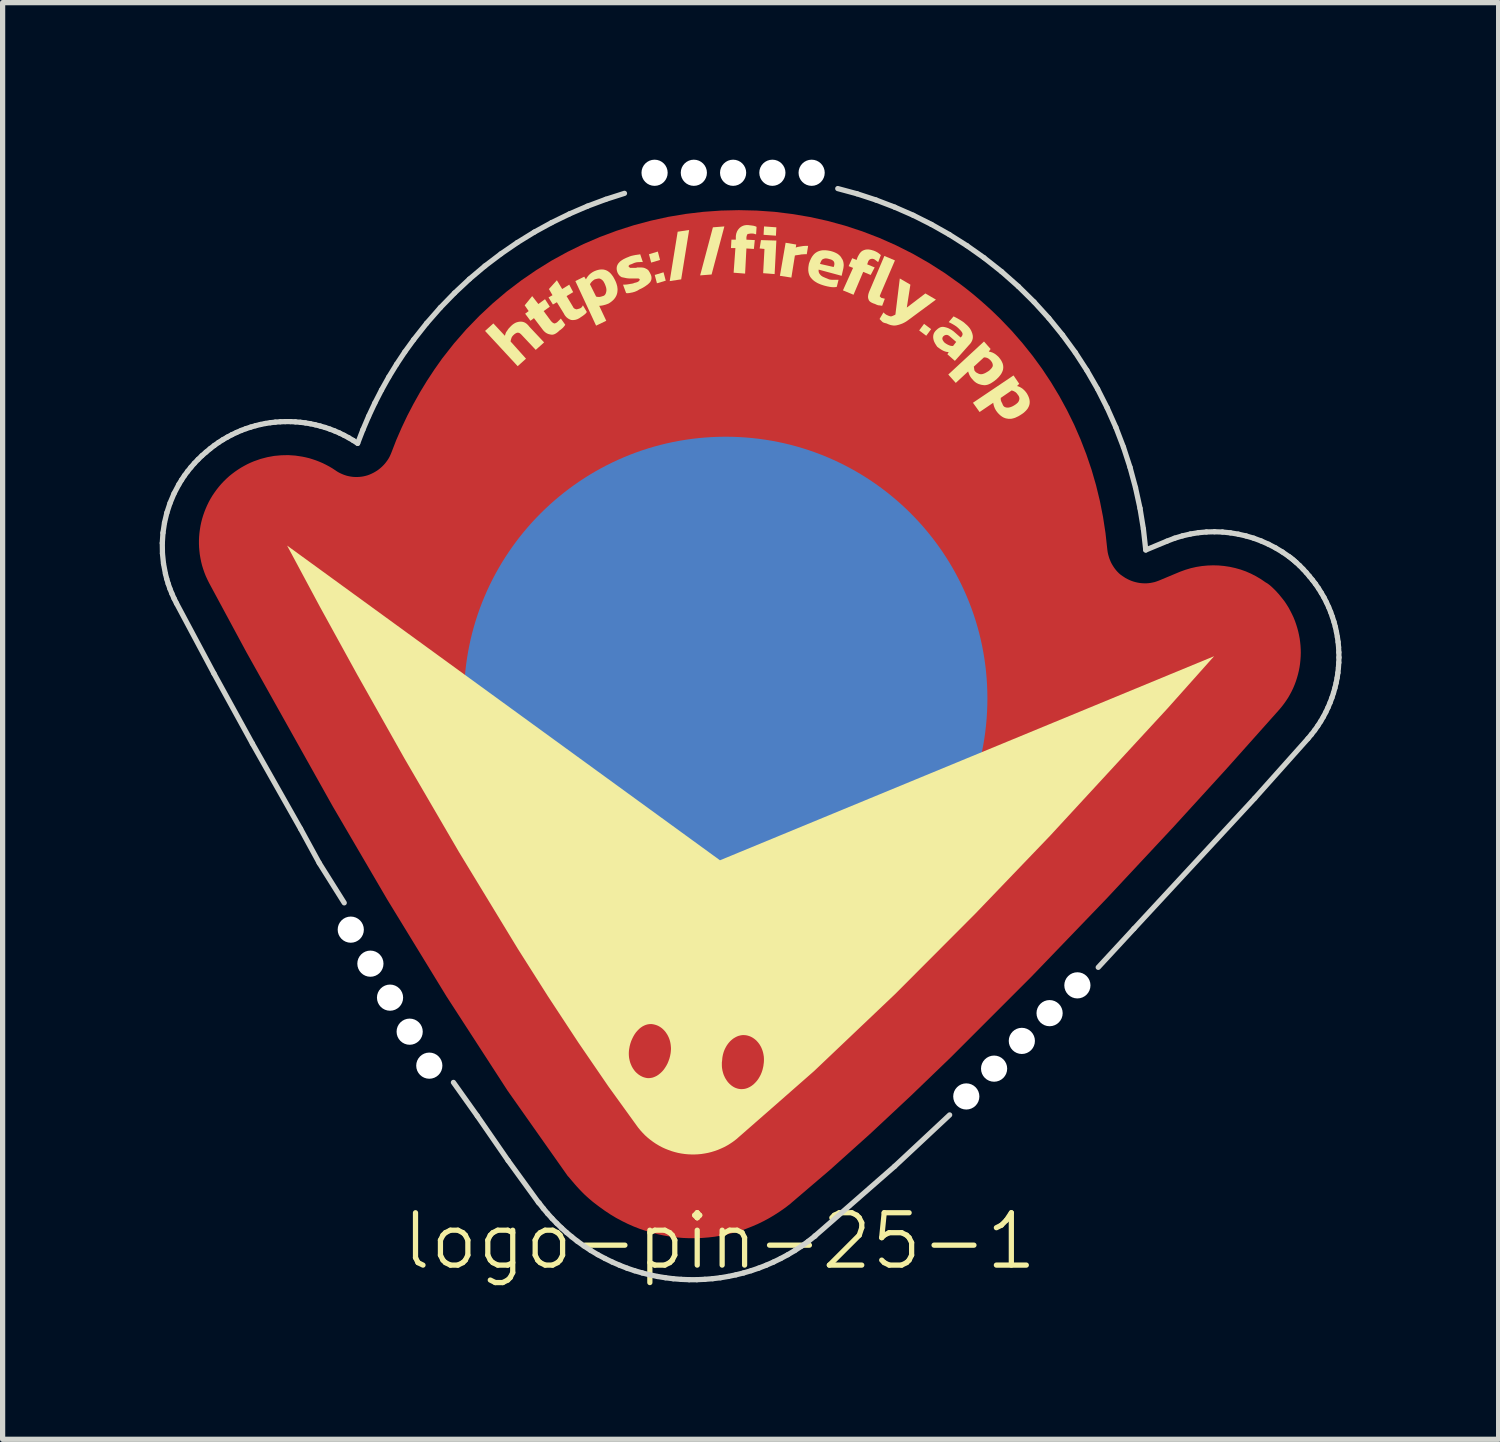
<source format=kicad_pcb>
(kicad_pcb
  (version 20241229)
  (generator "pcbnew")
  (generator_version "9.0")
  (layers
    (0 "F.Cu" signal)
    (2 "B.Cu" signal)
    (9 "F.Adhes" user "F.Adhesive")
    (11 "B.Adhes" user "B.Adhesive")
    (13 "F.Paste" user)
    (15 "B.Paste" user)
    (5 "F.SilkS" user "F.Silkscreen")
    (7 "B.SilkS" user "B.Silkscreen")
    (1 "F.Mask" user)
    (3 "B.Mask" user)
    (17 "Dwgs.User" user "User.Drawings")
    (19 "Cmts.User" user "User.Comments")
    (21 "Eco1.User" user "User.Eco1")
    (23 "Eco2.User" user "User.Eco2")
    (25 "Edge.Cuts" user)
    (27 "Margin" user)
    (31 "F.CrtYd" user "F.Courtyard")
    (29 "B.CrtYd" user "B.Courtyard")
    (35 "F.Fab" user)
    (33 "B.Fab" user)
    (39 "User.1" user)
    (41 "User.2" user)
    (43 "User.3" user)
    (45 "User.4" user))
  (footprint "logo-pin-25-1"
    (layer "F.Cu")
    (at 10.304 11.657)
    (property "Reference" "logo-pin-25-1" (at 0.392 9 0) (unlocked yes) (layer "F.SilkS") (effects (font (size 1 1) (thickness 0.1))))
    (attr smd)
    (fp_poly (pts (xy -2.265 8.033) (xy -2.299 7.997) (xy -2.332 7.961) (xy -2.365 7.924) (xy -2.429 7.849) (xy -2.492 7.774) (xy -2.509 7.757) (xy -3.66 6.124) (xy -4.825 4.326) (xy -5.956 2.477) (xy -7.002 0.689) (xy -8.646 -2.247) (xy -9.362 -3.575) (xy -9.394 -3.64) (xy -9.424 -3.705) (xy -9.45 -3.771) (xy -9.473 -3.838) (xy -9.494 -3.905) (xy -9.511 -3.973) (xy -9.525 -4.042) (xy -9.537 -4.11) (xy -9.545 -4.179) (xy -9.551 -4.248) (xy -9.554 -4.317) (xy -9.554 -4.386) (xy -9.551 -4.455) (xy -9.545 -4.524) (xy -9.536 -4.592) (xy -9.525 -4.66) (xy -9.511 -4.728) (xy -9.494 -4.794) (xy -9.474 -4.86) (xy -9.451 -4.926) (xy -9.426 -4.99) (xy -9.398 -5.054) (xy -9.368 -5.116) (xy -9.335 -5.177) (xy -9.299 -5.237) (xy -9.26 -5.295) (xy -9.219 -5.352) (xy -9.175 -5.408) (xy -9.129 -5.462) (xy -9.08 -5.514) (xy -9.029 -5.564) (xy -8.975 -5.613) (xy -8.92 -5.657) (xy -8.864 -5.699) (xy -8.807 -5.738) (xy -8.749 -5.775) (xy -8.689 -5.809) (xy -8.629 -5.841) (xy -8.567 -5.87) (xy -8.505 -5.896) (xy -8.377 -5.941) (xy -8.247 -5.975) (xy -8.115 -5.999) (xy -7.982 -6.011) (xy -7.848 -6.014) (xy -7.714 -6.005) (xy -7.581 -5.985) (xy -7.514 -5.971) (xy -7.448 -5.955) (xy -7.383 -5.935) (xy -7.318 -5.913) (xy -7.254 -5.888) (xy -7.191 -5.861) (xy -7.128 -5.83) (xy -7.066 -5.797) (xy -7.005 -5.761) (xy -6.946 -5.722) (xy -6.912 -5.699) (xy -6.877 -5.679) (xy -6.84 -5.661) (xy -6.803 -5.645) (xy -6.765 -5.631) (xy -6.727 -5.619) (xy -6.687 -5.61) (xy -6.648 -5.603) (xy -6.608 -5.598) (xy -6.568 -5.596) (xy -6.527 -5.596) (xy -6.487 -5.598) (xy -6.448 -5.602) (xy -6.408 -5.609) (xy -6.369 -5.618) (xy -6.331 -5.629) (xy -6.293 -5.643) (xy -6.257 -5.659) (xy -6.22 -5.677) (xy -6.185 -5.697) (xy -6.151 -5.718) (xy -6.118 -5.742) (xy -6.087 -5.767) (xy -6.056 -5.795) (xy -6.027 -5.824) (xy -6 -5.854) (xy -5.975 -5.886) (xy -5.951 -5.919) (xy -5.929 -5.954) (xy -5.909 -5.991) (xy -5.892 -6.028) (xy -5.876 -6.067) (xy -5.784 -6.305) (xy -5.682 -6.539) (xy -5.573 -6.769) (xy -5.455 -6.995) (xy -5.33 -7.218) (xy -5.197 -7.436) (xy -5.056 -7.65) (xy -4.908 -7.86) (xy -4.683 -8.146) (xy -4.447 -8.417) (xy -4.199 -8.673) (xy -3.941 -8.914) (xy -3.673 -9.141) (xy -3.396 -9.352) (xy -3.11 -9.548) (xy -2.817 -9.73) (xy -2.516 -9.895) (xy -2.208 -10.046) (xy -1.894 -10.181) (xy -1.575 -10.3) (xy -1.251 -10.404) (xy -0.922 -10.492) (xy -0.59 -10.565) (xy -0.256 -10.621) (xy 0.081 -10.661) (xy 0.42 -10.685) (xy 0.76 -10.693) (xy 1.1 -10.685) (xy 1.44 -10.661) (xy 1.779 -10.619) (xy 2.117 -10.562) (xy 2.452 -10.488) (xy 2.785 -10.397) (xy 3.114 -10.289) (xy 3.44 -10.164) (xy 3.76 -10.022) (xy 4.076 -9.863) (xy 4.385 -9.687) (xy 4.688 -9.494) (xy 4.984 -9.283) (xy 5.085 -9.206) (xy 5.185 -9.127) (xy 5.283 -9.046) (xy 5.381 -8.962) (xy 5.477 -8.877) (xy 5.573 -8.79) (xy 5.666 -8.701) (xy 5.759 -8.61) (xy 5.973 -8.386) (xy 6.176 -8.153) (xy 6.369 -7.912) (xy 6.551 -7.663) (xy 6.721 -7.406) (xy 6.88 -7.142) (xy 7.027 -6.872) (xy 7.163 -6.596) (xy 7.286 -6.313) (xy 7.397 -6.026) (xy 7.496 -5.734) (xy 7.582 -5.437) (xy 7.655 -5.136) (xy 7.715 -4.832) (xy 7.762 -4.525) (xy 7.796 -4.215) (xy 7.8 -4.184) (xy 7.805 -4.152) (xy 7.812 -4.121) (xy 7.82 -4.091) (xy 7.829 -4.061) (xy 7.839 -4.031) (xy 7.851 -4.002) (xy 7.863 -3.973) (xy 7.877 -3.945) (xy 7.893 -3.917) (xy 7.909 -3.891) (xy 7.926 -3.865) (xy 7.945 -3.839) (xy 7.964 -3.815) (xy 7.985 -3.791) (xy 8.007 -3.769) (xy 8.014 -3.761) (xy 8.022 -3.754) (xy 8.03 -3.747) (xy 8.038 -3.74) (xy 8.054 -3.727) (xy 8.071 -3.715) (xy 8.088 -3.703) (xy 8.105 -3.692) (xy 8.141 -3.668) (xy 8.18 -3.647) (xy 8.219 -3.628) (xy 8.258 -3.612) (xy 8.298 -3.598) (xy 8.339 -3.587) (xy 8.379 -3.578) (xy 8.42 -3.571) (xy 8.461 -3.567) (xy 8.502 -3.565) (xy 8.543 -3.565) (xy 8.584 -3.568) (xy 8.624 -3.573) (xy 8.664 -3.581) (xy 8.704 -3.59) (xy 8.743 -3.603) (xy 8.781 -3.617) (xy 9.185 -3.786) (xy 9.287 -3.823) (xy 9.391 -3.854) (xy 9.496 -3.878) (xy 9.603 -3.895) (xy 9.71 -3.905) (xy 9.817 -3.909) (xy 9.924 -3.906) (xy 10.03 -3.896) (xy 10.136 -3.88) (xy 10.24 -3.857) (xy 10.343 -3.828) (xy 10.444 -3.792) (xy 10.542 -3.749) (xy 10.637 -3.7) (xy 10.73 -3.645) (xy 10.819 -3.584) (xy 10.831 -3.577) (xy 10.843 -3.57) (xy 10.856 -3.562) (xy 10.868 -3.554) (xy 10.879 -3.545) (xy 10.891 -3.536) (xy 10.903 -3.527) (xy 10.914 -3.517) (xy 10.937 -3.497) (xy 10.959 -3.476) (xy 11.004 -3.432) (xy 11.028 -3.407) (xy 11.051 -3.381) (xy 11.074 -3.356) (xy 11.095 -3.33) (xy 11.116 -3.304) (xy 11.138 -3.277) (xy 11.181 -3.222) (xy 11.221 -3.162) (xy 11.259 -3.101) (xy 11.293 -3.038) (xy 11.325 -2.975) (xy 11.355 -2.911) (xy 11.381 -2.846) (xy 11.404 -2.78) (xy 11.425 -2.713) (xy 11.443 -2.646) (xy 11.458 -2.578) (xy 11.471 -2.51) (xy 11.48 -2.442) (xy 11.487 -2.373) (xy 11.491 -2.305) (xy 11.492 -2.236) (xy 11.49 -2.167) (xy 11.485 -2.099) (xy 11.478 -2.03) (xy 11.468 -1.962) (xy 11.455 -1.895) (xy 11.439 -1.828) (xy 11.42 -1.761) (xy 11.399 -1.695) (xy 11.375 -1.63) (xy 11.348 -1.566) (xy 11.318 -1.503) (xy 11.285 -1.441) (xy 11.25 -1.38) (xy 11.211 -1.321) (xy 11.17 -1.263) (xy 11.126 -1.206) (xy 11.08 -1.151) (xy 10.074 -0.023) (xy 9.053 1.096) (xy 7.787 2.452) (xy 6.349 3.946) (xy 4.815 5.481) (xy 4.036 6.231) (xy 3.261 6.955) (xy 2.499 7.639) (xy 1.76 8.27) (xy 1.751 8.279) (xy 1.651 8.357) (xy 1.547 8.43) (xy 1.442 8.498) (xy 1.335 8.562) (xy 1.225 8.621) (xy 1.114 8.675) (xy 1.001 8.723) (xy 0.887 8.768) (xy 0.771 8.807) (xy 0.654 8.841) (xy 0.536 8.87) (xy 0.418 8.895) (xy 0.298 8.915) (xy 0.178 8.929) (xy 0.058 8.939) (xy -0.063 8.944) (xy -0.184 8.944) (xy -0.305 8.939) (xy -0.425 8.929) (xy -0.545 8.914) (xy -0.665 8.894) (xy -0.784 8.869) (xy -0.902 8.839) (xy -1.019 8.804) (xy -1.135 8.765) (xy -1.25 8.72) (xy -1.363 8.67) (xy -1.475 8.615) (xy -1.585 8.556) (xy -1.693 8.491) (xy -1.799 8.421) (xy -1.903 8.346) (xy -1.946 8.314) (xy -1.989 8.281) (xy -2.032 8.248) (xy -2.073 8.213) (xy -2.114 8.178) (xy -2.154 8.142) (xy -2.193 8.106) (xy -2.231 8.068)) (stroke (width 0) (type solid)) (fill yes) (layer "F.Cu"))
    (fp_poly (pts (xy -0.608 0.274) (xy -0.594 0.246) (xy -0.58 0.219) (xy -0.566 0.193) (xy -0.551 0.167) (xy -0.535 0.141) (xy -0.502 0.091) (xy -0.467 0.041) (xy -0.43 -0.007) (xy -0.392 -0.055) (xy -0.351 -0.102) (xy -0.318 -0.142) (xy -0.286 -0.182) (xy -0.256 -0.223) (xy -0.226 -0.263) (xy -0.198 -0.302) (xy -0.171 -0.341) (xy -0.121 -0.419) (xy -0.076 -0.493) (xy -0.035 -0.565) (xy 0.001 -0.633) (xy 0.033 -0.697) (xy 0.06 -0.755) (xy 0.084 -0.808) (xy 0.103 -0.855) (xy 0.119 -0.894) (xy 0.139 -0.949) (xy 0.145 -0.969) (xy 0.154 -0.953) (xy 0.176 -0.908) (xy 0.189 -0.874) (xy 0.203 -0.834) (xy 0.217 -0.788) (xy 0.229 -0.736) (xy 0.24 -0.677) (xy 0.248 -0.614) (xy 0.252 -0.545) (xy 0.253 -0.509) (xy 0.252 -0.472) (xy 0.25 -0.433) (xy 0.246 -0.394) (xy 0.241 -0.353) (xy 0.234 -0.312) (xy 0.225 -0.269) (xy 0.215 -0.225) (xy 0.202 -0.181) (xy 0.187 -0.136) (xy 0.232 -0.178) (xy 0.275 -0.221) (xy 0.316 -0.267) (xy 0.356 -0.313) (xy 0.393 -0.361) (xy 0.429 -0.411) (xy 0.463 -0.461) (xy 0.495 -0.512) (xy 0.526 -0.564) (xy 0.555 -0.616) (xy 0.608 -0.722) (xy 0.654 -0.829) (xy 0.695 -0.935) (xy 0.729 -1.04) (xy 0.757 -1.142) (xy 0.779 -1.241) (xy 0.796 -1.334) (xy 0.807 -1.421) (xy 0.813 -1.501) (xy 0.814 -1.572) (xy 0.81 -1.634) (xy 0.862 -1.585) (xy 0.911 -1.534) (xy 1.005 -1.424) (xy 1.092 -1.304) (xy 1.173 -1.176) (xy 1.247 -1.041) (xy 1.315 -0.899) (xy 1.376 -0.752) (xy 1.431 -0.601) (xy 1.48 -0.446) (xy 1.523 -0.289) (xy 1.56 -0.131) (xy 1.592 0.028) (xy 1.617 0.186) (xy 1.637 0.343) (xy 1.652 0.497) (xy 1.661 0.647) (xy 0.499 1.119) (xy -0.621 0.302)) (stroke (width 0) (type solid)) (fill yes) (layer "F.Mask"))
    (fp_poly (pts (xy -2.052 -2.375) (xy -2.717 -2.946) (xy -3.352 -3.469) (xy -3.688 -3.735) (xy -4.014 -3.983) (xy -3.375 -3.699) (xy -3.078 -3.571) (xy -2.795 -3.453) (xy -2.525 -3.344) (xy -2.269 -3.244) (xy -2.024 -3.154) (xy -1.791 -3.074) (xy -1.854 -3.258) (xy -1.925 -3.447) (xy -2.092 -3.84) (xy -2.291 -4.258) (xy -2.522 -4.702) (xy -2.785 -5.176) (xy -3.078 -5.682) (xy -3.753 -6.803) (xy -3.252 -6.3) (xy -2.783 -5.839) (xy -2.342 -5.42) (xy -1.926 -5.044) (xy -1.725 -4.872) (xy -1.53 -4.71) (xy -1.338 -4.559) (xy -1.15 -4.419) (xy -0.966 -4.29) (xy -0.784 -4.171) (xy -0.605 -4.063) (xy -0.427 -3.966) (xy -0.435 -4.228) (xy -0.451 -4.504) (xy -0.475 -4.794) (xy -0.506 -5.1) (xy -0.543 -5.421) (xy -0.585 -5.76) (xy -0.68 -6.492) (xy -0.552 -6.157) (xy -0.428 -5.839) (xy -0.308 -5.539) (xy -0.19 -5.255) (xy -0.076 -4.988) (xy 0.036 -4.736) (xy 0.147 -4.5) (xy 0.255 -4.278) (xy 0.343 -4.454) (xy 0.428 -4.64) (xy 0.511 -4.835) (xy 0.592 -5.039) (xy 0.747 -5.478) (xy 0.898 -5.956) (xy 1.046 -6.477) (xy 1.196 -7.042) (xy 1.509 -8.31) (xy 1.508 -7.596) (xy 1.514 -6.935) (xy 1.528 -6.324) (xy 1.553 -5.762) (xy 1.571 -5.497) (xy 1.592 -5.244) (xy 1.617 -5.001) (xy 1.646 -4.768) (xy 1.68 -4.545) (xy 1.719 -4.332) (xy 1.763 -4.128) (xy 1.812 -3.933) (xy 1.986 -4.123) (xy 2.168 -4.327) (xy 2.357 -4.546) (xy 2.553 -4.781) (xy 2.758 -5.032) (xy 2.97 -5.301) (xy 3.191 -5.588) (xy 3.42 -5.894) (xy 3.135 -5.257) (xy 3.006 -4.961) (xy 2.887 -4.679) (xy 2.777 -4.41) (xy 2.678 -4.153) (xy 2.589 -3.907) (xy 2.511 -3.672) (xy 2.695 -3.734) (xy 2.884 -3.805) (xy 3.277 -3.972) (xy 3.695 -4.172) (xy 4.139 -4.403) (xy 4.613 -4.666) (xy 5.119 -4.959) (xy 6.241 -5.633) (xy 5.741 -5.13) (xy 5.282 -4.658) (xy 4.864 -4.216) (xy 4.486 -3.799) (xy 4.149 -3.405) (xy 3.995 -3.215) (xy 3.85 -3.03) (xy 3.716 -2.849) (xy 3.591 -2.671) (xy 3.476 -2.496) (xy 3.37 -2.325) (xy 3.629 -2.334) (xy 3.903 -2.351) (xy 4.192 -2.374) (xy 4.497 -2.404) (xy 4.819 -2.439) (xy 5.159 -2.48) (xy 5.895 -2.577) (xy 5.537 -2.438) (xy 5.162 -2.286) (xy 4.792 -2.13) (xy 4.444 -1.98) (xy 3.681 -1.643) (xy 5.054 -0.809) (xy 2.612 0.201) (xy 2.666 0.096) (xy 2.711 -0.011) (xy 2.748 -0.119) (xy 2.777 -0.228) (xy 2.799 -0.339) (xy 2.814 -0.45) (xy 2.821 -0.561) (xy 2.823 -0.672) (xy 2.819 -0.783) (xy 2.809 -0.893) (xy 2.794 -1.003) (xy 2.775 -1.111) (xy 2.724 -1.324) (xy 2.658 -1.529) (xy 2.583 -1.724) (xy 2.499 -1.907) (xy 2.412 -2.076) (xy 2.323 -2.228) (xy 2.237 -2.362) (xy 2.156 -2.474) (xy 2.083 -2.564) (xy 2.023 -2.628) (xy 2.04 -2.575) (xy 2.053 -2.52) (xy 2.063 -2.463) (xy 2.069 -2.403) (xy 2.072 -2.342) (xy 2.07 -2.281) (xy 2.065 -2.219) (xy 2.055 -2.157) (xy 2.042 -2.097) (xy 2.024 -2.037) (xy 2.003 -1.98) (xy 1.977 -1.926) (xy 1.962 -1.899) (xy 1.946 -1.874) (xy 1.929 -1.85) (xy 1.912 -1.826) (xy 1.893 -1.804) (xy 1.873 -1.783) (xy 1.851 -1.762) (xy 1.829 -1.744) (xy 1.807 -1.886) (xy 1.78 -2.021) (xy 1.75 -2.15) (xy 1.717 -2.273) (xy 1.68 -2.389) (xy 1.641 -2.5) (xy 1.6 -2.605) (xy 1.557 -2.704) (xy 1.511 -2.797) (xy 1.465 -2.885) (xy 1.417 -2.968) (xy 1.368 -3.045) (xy 1.319 -3.117) (xy 1.269 -3.185) (xy 1.219 -3.247) (xy 1.17 -3.305) (xy 1.122 -3.359) (xy 1.074 -3.408) (xy 1.028 -3.453) (xy 0.983 -3.493) (xy 0.899 -3.562) (xy 0.825 -3.617) (xy 0.763 -3.657) (xy 0.716 -3.685) (xy 0.676 -3.705) (xy 0.675 -3.631) (xy 0.671 -3.557) (xy 0.653 -3.41) (xy 0.621 -3.264) (xy 0.578 -3.119) (xy 0.523 -2.976) (xy 0.458 -2.834) (xy 0.384 -2.695) (xy 0.302 -2.557) (xy 0.213 -2.422) (xy 0.118 -2.29) (xy 0.018 -2.161) (xy -0.086 -2.035) (xy -0.192 -1.912) (xy -0.301 -1.793) (xy -0.52 -1.567) (xy -0.517 -1.679) (xy -0.516 -1.785) (xy -0.516 -1.835) (xy -0.517 -1.885) (xy -0.52 -1.935) (xy -0.524 -1.984) (xy -0.53 -2.033) (xy -0.537 -2.082) (xy -0.546 -2.132) (xy -0.558 -2.183) (xy -0.572 -2.234) (xy -0.588 -2.288) (xy -0.607 -2.343) (xy -0.629 -2.4) (xy -0.638 -2.349) (xy -0.65 -2.298) (xy -0.678 -2.198) (xy -0.714 -2.101) (xy -0.756 -2.006) (xy -0.803 -1.913) (xy -0.855 -1.821) (xy -0.966 -1.641) (xy -1.082 -1.46) (xy -1.195 -1.278) (xy -1.248 -1.185) (xy -1.297 -1.09) (xy -1.341 -0.993) (xy -1.379 -0.893) (xy -1.419 -0.734) (xy -1.437 -0.662) (xy -1.452 -0.592) (xy -1.465 -0.526) (xy -1.471 -0.493) (xy -1.476 -0.46) (xy -1.48 -0.428) (xy -1.483 -0.395) (xy -1.486 -0.362) (xy -1.488 -0.329) (xy -3.685 -1.937)) (stroke (width 0) (type solid)) (fill yes) (layer "F.Mask"))
    (fp_circle (center 0.507 -1.366) (end -3.028 -4.901) (stroke (width 0) (type solid)) (fill yes) (layer "B.Cu"))
    (fp_circle (center 0.507 -1.366) (end -3.028 -4.901) (stroke (width 0) (type solid)) (fill yes) (layer "B.Mask"))
    (fp_poly (pts (xy -0.958 -9.851) (xy -0.789 -9.902) (xy -0.747 -9.742) (xy -0.916 -9.691)) (stroke (width 0) (type solid)) (fill yes) (layer "F.SilkS"))
    (fp_poly (pts (xy -0.848 -9.455) (xy -0.68 -9.506) (xy -0.638 -9.346) (xy -0.806 -9.296)) (stroke (width 0) (type solid)) (fill yes) (layer "F.SilkS"))
    (fp_poly (pts (xy -0.41 -10.281) (xy -0.191 -10.314) (xy -0.343 -9.371) (xy -0.562 -9.338)) (stroke (width 0) (type solid)) (fill yes) (layer "F.SilkS"))
    (fp_poly (pts (xy 0.263 -10.365) (xy 0.482 -10.382) (xy 0.238 -9.464) (xy 0.019 -9.447)) (stroke (width 0) (type solid)) (fill yes) (layer "F.SilkS"))
    (fp_poly (pts (xy 1.24 -10.382) (xy 1.475 -10.365) (xy 1.467 -10.205) (xy 1.231 -10.222)) (stroke (width 0) (type solid)) (fill yes) (layer "F.SilkS"))
    (fp_poly (pts (xy 4.296 -8.521) (xy 4.431 -8.42) (xy 4.338 -8.294) (xy 4.203 -8.395)) (stroke (width 0) (type solid)) (fill yes) (layer "F.SilkS"))
    (fp_poly (pts (xy 1.248 -9.952) (xy 1.156 -9.961) (xy 1.181 -10.121) (xy 1.475 -10.112) (xy 1.442 -9.472) (xy 1.223 -9.489)) (stroke (width 0) (type solid)) (fill yes) (layer "F.SilkS"))
    (fp_poly (pts (xy 1.652 -10.07) (xy 1.854 -10.036) (xy 1.846 -9.977) (xy 1.852 -9.98) (xy 1.859 -9.983) (xy 1.865 -9.985) (xy 1.871 -9.987) (xy 1.878 -9.989) (xy 1.884 -9.991) (xy 1.891 -9.992) (xy 1.897 -9.993) (xy 1.911 -9.995) (xy 1.925 -9.998) (xy 1.94 -10) (xy 1.948 -10.001) (xy 1.955 -10.003) (xy 1.963 -10.004) (xy 1.971 -10.005) (xy 1.98 -10.007) (xy 1.988 -10.008) (xy 2.005 -10.009) (xy 2.022 -10.01) (xy 2.038 -10.011) (xy 2.054 -10.011) (xy 2.082 -10.011) (xy 2.056 -9.851) (xy 2.028 -9.851) (xy 2.013 -9.851) (xy 1.996 -9.85) (xy 1.98 -9.849) (xy 1.971 -9.848) (xy 1.963 -9.848) (xy 1.955 -9.847) (xy 1.946 -9.846) (xy 1.938 -9.844) (xy 1.93 -9.843) (xy 1.922 -9.841) (xy 1.915 -9.84) (xy 1.9 -9.838) (xy 1.873 -9.834) (xy 1.861 -9.833) (xy 1.85 -9.831) (xy 1.844 -9.83) (xy 1.839 -9.829) (xy 1.834 -9.827) (xy 1.829 -9.826) (xy 1.762 -9.405) (xy 1.543 -9.439)) (stroke (width 0) (type solid)) (fill yes) (layer "F.SilkS"))
    (fp_poly (pts (xy 3.253 -8.957) (xy 3.248 -8.964) (xy 3.243 -8.97) (xy 3.24 -8.977) (xy 3.237 -8.985) (xy 3.235 -8.992) (xy 3.234 -8.996) (xy 3.232 -8.999) (xy 3.231 -9.003) (xy 3.23 -9.006) (xy 3.229 -9.01) (xy 3.228 -9.014) (xy 3.228 -9.018) (xy 3.227 -9.022) (xy 3.226 -9.031) (xy 3.226 -9.04) (xy 3.227 -9.049) (xy 3.228 -9.059) (xy 3.229 -9.069) (xy 3.231 -9.079) (xy 3.233 -9.09) (xy 3.236 -9.1) (xy 3.24 -9.111) (xy 3.243 -9.122) (xy 3.247 -9.133) (xy 3.252 -9.144) (xy 3.538 -9.818) (xy 3.74 -9.733) (xy 3.462 -9.085) (xy 3.461 -9.081) (xy 3.459 -9.076) (xy 3.456 -9.069) (xy 3.454 -9.063) (xy 3.453 -9.06) (xy 3.452 -9.058) (xy 3.451 -9.055) (xy 3.451 -9.053) (xy 3.45 -9.051) (xy 3.45 -9.05) (xy 3.451 -9.05) (xy 3.451 -9.049) (xy 3.451 -9.048) (xy 3.451 -9.047) (xy 3.452 -9.046) (xy 3.452 -9.045) (xy 3.453 -9.045) (xy 3.453 -9.044) (xy 3.454 -9.043) (xy 3.479 -9.018) (xy 3.547 -9.001) (xy 3.496 -8.866) (xy 3.437 -8.875) (xy 3.434 -8.875) (xy 3.43 -8.875) (xy 3.427 -8.875) (xy 3.423 -8.876) (xy 3.419 -8.877) (xy 3.415 -8.878) (xy 3.41 -8.879) (xy 3.406 -8.881) (xy 3.401 -8.883) (xy 3.396 -8.884) (xy 3.39 -8.887) (xy 3.385 -8.889) (xy 3.379 -8.891) (xy 3.374 -8.894) (xy 3.368 -8.897) (xy 3.361 -8.9) (xy 3.348 -8.905) (xy 3.334 -8.909) (xy 3.322 -8.914) (xy 3.311 -8.919) (xy 3.3 -8.924) (xy 3.29 -8.929) (xy 3.281 -8.934) (xy 3.273 -8.94) (xy 3.265 -8.945) (xy 3.259 -8.951)) (stroke (width 0) (type solid)) (fill yes) (layer "F.SilkS"))
    (fp_poly (pts (xy 3.521 -8.74) (xy 3.528 -8.733) (xy 3.535 -8.726) (xy 3.543 -8.719) (xy 3.552 -8.711) (xy 3.556 -8.708) (xy 3.561 -8.705) (xy 3.565 -8.701) (xy 3.57 -8.698) (xy 3.574 -8.696) (xy 3.579 -8.693) (xy 3.584 -8.691) (xy 3.589 -8.689) (xy 3.601 -8.683) (xy 3.612 -8.678) (xy 3.623 -8.674) (xy 3.633 -8.67) (xy 3.637 -8.669) (xy 3.642 -8.668) (xy 3.646 -8.667) (xy 3.65 -8.666) (xy 3.654 -8.665) (xy 3.658 -8.664) (xy 3.661 -8.664) (xy 3.664 -8.664) (xy 3.668 -8.664) (xy 3.671 -8.665) (xy 3.676 -8.666) (xy 3.68 -8.667) (xy 3.685 -8.669) (xy 3.69 -8.67) (xy 3.695 -8.672) (xy 3.7 -8.675) (xy 3.712 -8.68) (xy 3.724 -8.685) (xy 3.749 -8.698) (xy 3.833 -9.388) (xy 4.035 -9.27) (xy 3.967 -8.832) (xy 4.321 -9.102) (xy 4.523 -8.984) (xy 4.01 -8.605) (xy 3.994 -8.593) (xy 3.978 -8.582) (xy 3.963 -8.571) (xy 3.948 -8.562) (xy 3.933 -8.553) (xy 3.918 -8.545) (xy 3.904 -8.538) (xy 3.89 -8.531) (xy 3.876 -8.525) (xy 3.862 -8.52) (xy 3.834 -8.51) (xy 3.808 -8.502) (xy 3.782 -8.496) (xy 3.77 -8.493) (xy 3.757 -8.491) (xy 3.744 -8.49) (xy 3.732 -8.489) (xy 3.719 -8.489) (xy 3.707 -8.49) (xy 3.694 -8.492) (xy 3.681 -8.494) (xy 3.669 -8.496) (xy 3.656 -8.499) (xy 3.643 -8.503) (xy 3.631 -8.508) (xy 3.618 -8.512) (xy 3.605 -8.518) (xy 3.593 -8.523) (xy 3.58 -8.529) (xy 3.565 -8.533) (xy 3.558 -8.534) (xy 3.552 -8.536) (xy 3.545 -8.538) (xy 3.54 -8.539) (xy 3.534 -8.541) (xy 3.529 -8.543) (xy 3.524 -8.545) (xy 3.519 -8.547) (xy 3.515 -8.549) (xy 3.51 -8.552) (xy 3.506 -8.554) (xy 3.503 -8.557) (xy 3.499 -8.56) (xy 3.496 -8.563) (xy 3.446 -8.614)) (stroke (width 0) (type solid)) (fill yes) (layer "F.SilkS"))
    (fp_poly (pts (xy -3.323 -8.715) (xy -3.256 -8.765) (xy -3.332 -8.875) (xy -3.189 -9.051) (xy -3.071 -8.9) (xy -2.944 -8.992) (xy -2.852 -8.849) (xy -2.97 -8.765) (xy -2.827 -8.571) (xy -2.818 -8.563) (xy -2.81 -8.555) (xy -2.807 -8.552) (xy -2.804 -8.549) (xy -2.8 -8.547) (xy -2.797 -8.544) (xy -2.794 -8.542) (xy -2.791 -8.54) (xy -2.787 -8.538) (xy -2.784 -8.536) (xy -2.78 -8.534) (xy -2.776 -8.533) (xy -2.772 -8.531) (xy -2.768 -8.529) (xy -2.764 -8.529) (xy -2.761 -8.53) (xy -2.757 -8.53) (xy -2.754 -8.531) (xy -2.75 -8.532) (xy -2.746 -8.533) (xy -2.741 -8.535) (xy -2.737 -8.537) (xy -2.733 -8.539) (xy -2.728 -8.541) (xy -2.724 -8.544) (xy -2.719 -8.547) (xy -2.714 -8.551) (xy -2.71 -8.554) (xy -2.705 -8.559) (xy -2.7 -8.563) (xy -2.641 -8.622) (xy -2.557 -8.504) (xy -2.562 -8.496) (xy -2.567 -8.489) (xy -2.572 -8.481) (xy -2.578 -8.474) (xy -2.584 -8.467) (xy -2.59 -8.46) (xy -2.596 -8.453) (xy -2.602 -8.446) (xy -2.609 -8.44) (xy -2.616 -8.433) (xy -2.624 -8.427) (xy -2.632 -8.42) (xy -2.64 -8.414) (xy -2.648 -8.407) (xy -2.657 -8.401) (xy -2.667 -8.395) (xy -2.679 -8.383) (xy -2.692 -8.371) (xy -2.704 -8.361) (xy -2.716 -8.352) (xy -2.727 -8.344) (xy -2.739 -8.337) (xy -2.75 -8.33) (xy -2.761 -8.325) (xy -2.772 -8.321) (xy -2.783 -8.318) (xy -2.794 -8.315) (xy -2.804 -8.314) (xy -2.814 -8.314) (xy -2.824 -8.315) (xy -2.834 -8.316) (xy -2.843 -8.319) (xy -2.854 -8.321) (xy -2.865 -8.323) (xy -2.876 -8.326) (xy -2.886 -8.33) (xy -2.896 -8.334) (xy -2.906 -8.339) (xy -2.916 -8.344) (xy -2.926 -8.35) (xy -2.935 -8.357) (xy -2.944 -8.364) (xy -2.953 -8.372) (xy -2.962 -8.38) (xy -2.97 -8.389) (xy -2.979 -8.399) (xy -2.987 -8.409) (xy -2.995 -8.42) (xy -3.155 -8.63) (xy -3.222 -8.58)) (stroke (width 0) (type solid)) (fill yes) (layer "F.SilkS"))
    (fp_poly (pts (xy 2.94 -9.59) (xy 2.856 -9.624) (xy 2.924 -9.775) (xy 3.008 -9.742) (xy 3.025 -9.792) (xy 3.037 -9.817) (xy 3.044 -9.828) (xy 3.05 -9.839) (xy 3.057 -9.85) (xy 3.063 -9.86) (xy 3.07 -9.87) (xy 3.077 -9.879) (xy 3.084 -9.887) (xy 3.092 -9.895) (xy 3.099 -9.902) (xy 3.107 -9.908) (xy 3.116 -9.914) (xy 3.124 -9.919) (xy 3.133 -9.923) (xy 3.142 -9.927) (xy 3.153 -9.931) (xy 3.165 -9.935) (xy 3.176 -9.938) (xy 3.187 -9.94) (xy 3.198 -9.941) (xy 3.21 -9.942) (xy 3.221 -9.942) (xy 3.233 -9.942) (xy 3.245 -9.941) (xy 3.257 -9.939) (xy 3.269 -9.937) (xy 3.282 -9.934) (xy 3.295 -9.931) (xy 3.308 -9.927) (xy 3.322 -9.923) (xy 3.336 -9.919) (xy 3.346 -9.915) (xy 3.355 -9.911) (xy 3.364 -9.907) (xy 3.374 -9.903) (xy 3.383 -9.898) (xy 3.392 -9.893) (xy 3.401 -9.888) (xy 3.41 -9.883) (xy 3.418 -9.877) (xy 3.427 -9.871) (xy 3.435 -9.865) (xy 3.443 -9.859) (xy 3.45 -9.853) (xy 3.457 -9.847) (xy 3.464 -9.841) (xy 3.471 -9.834) (xy 3.42 -9.7) (xy 3.353 -9.75) (xy 3.347 -9.753) (xy 3.341 -9.756) (xy 3.336 -9.758) (xy 3.33 -9.76) (xy 3.325 -9.761) (xy 3.321 -9.762) (xy 3.316 -9.763) (xy 3.312 -9.764) (xy 3.308 -9.764) (xy 3.303 -9.764) (xy 3.299 -9.764) (xy 3.295 -9.763) (xy 3.291 -9.762) (xy 3.286 -9.761) (xy 3.282 -9.76) (xy 3.277 -9.759) (xy 3.273 -9.757) (xy 3.268 -9.755) (xy 3.265 -9.754) (xy 3.261 -9.752) (xy 3.258 -9.75) (xy 3.254 -9.748) (xy 3.252 -9.745) (xy 3.249 -9.743) (xy 3.246 -9.74) (xy 3.243 -9.737) (xy 3.241 -9.733) (xy 3.238 -9.729) (xy 3.235 -9.724) (xy 3.233 -9.72) (xy 3.23 -9.714) (xy 3.227 -9.708) (xy 3.21 -9.658) (xy 3.353 -9.599) (xy 3.277 -9.455) (xy 3.134 -9.514) (xy 2.949 -9.077) (xy 2.747 -9.161)) (stroke (width 0) (type solid)) (fill yes) (layer "F.SilkS"))
    (fp_poly (pts (xy 0.693 -9.969) (xy 0.608 -9.969) (xy 0.617 -10.129) (xy 0.701 -10.129) (xy 0.701 -10.18) (xy 0.701 -10.192) (xy 0.702 -10.204) (xy 0.704 -10.216) (xy 0.706 -10.228) (xy 0.708 -10.24) (xy 0.711 -10.251) (xy 0.715 -10.262) (xy 0.719 -10.273) (xy 0.723 -10.284) (xy 0.728 -10.294) (xy 0.734 -10.304) (xy 0.74 -10.313) (xy 0.746 -10.322) (xy 0.753 -10.331) (xy 0.761 -10.34) (xy 0.768 -10.348) (xy 0.776 -10.356) (xy 0.785 -10.363) (xy 0.794 -10.37) (xy 0.803 -10.376) (xy 0.813 -10.382) (xy 0.823 -10.387) (xy 0.833 -10.392) (xy 0.844 -10.396) (xy 0.855 -10.4) (xy 0.867 -10.403) (xy 0.879 -10.405) (xy 0.891 -10.407) (xy 0.904 -10.408) (xy 0.917 -10.408) (xy 0.931 -10.408) (xy 0.945 -10.407) (xy 0.967 -10.404) (xy 0.988 -10.402) (xy 1.008 -10.399) (xy 1.018 -10.398) (xy 1.027 -10.396) (xy 1.037 -10.395) (xy 1.046 -10.393) (xy 1.055 -10.39) (xy 1.063 -10.388) (xy 1.072 -10.385) (xy 1.08 -10.382) (xy 1.089 -10.378) (xy 1.097 -10.373) (xy 1.088 -10.23) (xy 1.079 -10.233) (xy 1.069 -10.236) (xy 1.059 -10.239) (xy 1.054 -10.24) (xy 1.049 -10.242) (xy 1.044 -10.243) (xy 1.039 -10.244) (xy 1.033 -10.245) (xy 1.028 -10.245) (xy 1.022 -10.246) (xy 1.016 -10.246) (xy 1.01 -10.247) (xy 1.004 -10.247) (xy 0.998 -10.247) (xy 0.992 -10.247) (xy 0.986 -10.246) (xy 0.98 -10.246) (xy 0.975 -10.245) (xy 0.97 -10.244) (xy 0.96 -10.243) (xy 0.942 -10.24) (xy 0.939 -10.239) (xy 0.935 -10.239) (xy 0.931 -10.239) (xy 0.928 -10.238) (xy 0.925 -10.235) (xy 0.923 -10.232) (xy 0.92 -10.229) (xy 0.918 -10.226) (xy 0.917 -10.222) (xy 0.915 -10.219) (xy 0.914 -10.216) (xy 0.912 -10.212) (xy 0.911 -10.209) (xy 0.91 -10.205) (xy 0.908 -10.197) (xy 0.906 -10.189) (xy 0.904 -10.184) (xy 0.903 -10.18) (xy 0.903 -10.129) (xy 1.063 -10.121) (xy 1.046 -9.952) (xy 0.903 -9.961) (xy 0.878 -9.481) (xy 0.659 -9.498)) (stroke (width 0) (type solid)) (fill yes) (layer "F.SilkS"))
    (fp_poly (pts (xy -2.877 -9.026) (xy -2.801 -9.068) (xy -2.869 -9.186) (xy -2.717 -9.354) (xy -2.616 -9.186) (xy -2.481 -9.27) (xy -2.406 -9.127) (xy -2.532 -9.051) (xy -2.406 -8.841) (xy -2.405 -8.839) (xy -2.404 -8.836) (xy -2.403 -8.834) (xy -2.402 -8.832) (xy -2.401 -8.83) (xy -2.399 -8.828) (xy -2.398 -8.827) (xy -2.396 -8.825) (xy -2.395 -8.823) (xy -2.393 -8.822) (xy -2.39 -8.819) (xy -2.386 -8.816) (xy -2.383 -8.814) (xy -2.378 -8.811) (xy -2.374 -8.809) (xy -2.37 -8.807) (xy -2.365 -8.805) (xy -2.356 -8.802) (xy -2.347 -8.799) (xy -2.343 -8.799) (xy -2.34 -8.799) (xy -2.336 -8.8) (xy -2.333 -8.8) (xy -2.329 -8.801) (xy -2.325 -8.802) (xy -2.321 -8.803) (xy -2.316 -8.804) (xy -2.307 -8.807) (xy -2.298 -8.809) (xy -2.279 -8.816) (xy -2.275 -8.817) (xy -2.27 -8.819) (xy -2.266 -8.821) (xy -2.262 -8.824) (xy -2.258 -8.826) (xy -2.254 -8.829) (xy -2.25 -8.832) (xy -2.247 -8.836) (xy -2.243 -8.839) (xy -2.24 -8.843) (xy -2.237 -8.848) (xy -2.233 -8.852) (xy -2.23 -8.857) (xy -2.227 -8.863) (xy -2.224 -8.868) (xy -2.22 -8.875) (xy -2.145 -8.748) (xy -2.15 -8.741) (xy -2.155 -8.733) (xy -2.161 -8.726) (xy -2.167 -8.719) (xy -2.173 -8.713) (xy -2.18 -8.707) (xy -2.187 -8.701) (xy -2.194 -8.695) (xy -2.202 -8.689) (xy -2.21 -8.683) (xy -2.226 -8.671) (xy -2.263 -8.647) (xy -2.275 -8.638) (xy -2.287 -8.63) (xy -2.3 -8.623) (xy -2.312 -8.617) (xy -2.323 -8.611) (xy -2.335 -8.607) (xy -2.347 -8.603) (xy -2.358 -8.6) (xy -2.37 -8.597) (xy -2.381 -8.596) (xy -2.392 -8.595) (xy -2.403 -8.594) (xy -2.415 -8.594) (xy -2.426 -8.594) (xy -2.437 -8.595) (xy -2.448 -8.597) (xy -2.457 -8.6) (xy -2.467 -8.604) (xy -2.476 -8.608) (xy -2.485 -8.613) (xy -2.495 -8.618) (xy -2.504 -8.624) (xy -2.513 -8.63) (xy -2.521 -8.637) (xy -2.53 -8.644) (xy -2.538 -8.652) (xy -2.546 -8.661) (xy -2.554 -8.67) (xy -2.562 -8.68) (xy -2.569 -8.691) (xy -2.576 -8.702) (xy -2.582 -8.715) (xy -2.717 -8.934) (xy -2.793 -8.891)) (stroke (width 0) (type solid)) (fill yes) (layer "F.SilkS"))
    (fp_poly (pts (xy -4.089 -8.386) (xy -3.93 -8.529) (xy -3.711 -8.294) (xy -3.707 -8.304) (xy -3.704 -8.315) (xy -3.7 -8.327) (xy -3.698 -8.334) (xy -3.696 -8.34) (xy -3.693 -8.346) (xy -3.691 -8.353) (xy -3.688 -8.359) (xy -3.685 -8.365) (xy -3.681 -8.371) (xy -3.677 -8.376) (xy -3.675 -8.379) (xy -3.673 -8.381) (xy -3.671 -8.384) (xy -3.669 -8.386) (xy -3.665 -8.392) (xy -3.662 -8.399) (xy -3.658 -8.404) (xy -3.654 -8.41) (xy -3.65 -8.416) (xy -3.646 -8.421) (xy -3.642 -8.427) (xy -3.637 -8.433) (xy -3.627 -8.444) (xy -3.616 -8.455) (xy -3.605 -8.467) (xy -3.593 -8.479) (xy -3.582 -8.49) (xy -3.571 -8.499) (xy -3.56 -8.509) (xy -3.548 -8.517) (xy -3.537 -8.525) (xy -3.526 -8.531) (xy -3.515 -8.538) (xy -3.503 -8.543) (xy -3.492 -8.548) (xy -3.48 -8.552) (xy -3.468 -8.555) (xy -3.457 -8.558) (xy -3.445 -8.56) (xy -3.432 -8.562) (xy -3.42 -8.563) (xy -3.408 -8.563) (xy -3.395 -8.563) (xy -3.383 -8.561) (xy -3.371 -8.56) (xy -3.36 -8.557) (xy -3.349 -8.553) (xy -3.338 -8.549) (xy -3.327 -8.544) (xy -3.317 -8.538) (xy -3.307 -8.531) (xy -3.297 -8.524) (xy -3.287 -8.515) (xy -3.277 -8.506) (xy -3.268 -8.496) (xy -3.258 -8.486) (xy -3.249 -8.474) (xy -3.239 -8.462) (xy -2.961 -8.167) (xy -3.121 -8.024) (xy -3.391 -8.311) (xy -3.4 -8.32) (xy -3.408 -8.328) (xy -3.413 -8.331) (xy -3.417 -8.335) (xy -3.421 -8.338) (xy -3.425 -8.341) (xy -3.43 -8.344) (xy -3.434 -8.346) (xy -3.439 -8.348) (xy -3.444 -8.35) (xy -3.449 -8.351) (xy -3.455 -8.352) (xy -3.46 -8.352) (xy -3.466 -8.353) (xy -3.47 -8.352) (xy -3.474 -8.352) (xy -3.478 -8.351) (xy -3.482 -8.35) (xy -3.486 -8.348) (xy -3.491 -8.346) (xy -3.496 -8.344) (xy -3.501 -8.341) (xy -3.506 -8.338) (xy -3.512 -8.335) (xy -3.517 -8.331) (xy -3.522 -8.328) (xy -3.527 -8.324) (xy -3.532 -8.32) (xy -3.537 -8.315) (xy -3.542 -8.311) (xy -3.549 -8.304) (xy -3.555 -8.298) (xy -3.561 -8.291) (xy -3.564 -8.288) (xy -3.566 -8.284) (xy -3.569 -8.281) (xy -3.572 -8.277) (xy -3.574 -8.273) (xy -3.577 -8.269) (xy -3.579 -8.265) (xy -3.581 -8.261) (xy -3.583 -8.256) (xy -3.584 -8.252) (xy -3.591 -8.233) (xy -3.593 -8.224) (xy -3.596 -8.215) (xy -3.598 -8.206) (xy -3.599 -8.202) (xy -3.6 -8.198) (xy -3.6 -8.195) (xy -3.601 -8.191) (xy -3.601 -8.187) (xy -3.601 -8.184) (xy -3.307 -7.856) (xy -3.466 -7.713)) (stroke (width 0) (type solid)) (fill yes) (layer "F.SilkS"))
    (fp_poly (pts (xy 4.759 -7.553) (xy 5.441 -8.184) (xy 5.567 -8.041) (xy 5.533 -7.991) (xy 5.547 -7.989) (xy 5.561 -7.986) (xy 5.574 -7.982) (xy 5.587 -7.978) (xy 5.6 -7.974) (xy 5.612 -7.968) (xy 5.624 -7.962) (xy 5.636 -7.956) (xy 5.647 -7.949) (xy 5.658 -7.941) (xy 5.669 -7.934) (xy 5.679 -7.925) (xy 5.689 -7.917) (xy 5.699 -7.908) (xy 5.709 -7.899) (xy 5.719 -7.89) (xy 5.731 -7.875) (xy 5.742 -7.861) (xy 5.753 -7.847) (xy 5.762 -7.833) (xy 5.771 -7.82) (xy 5.778 -7.806) (xy 5.785 -7.792) (xy 5.791 -7.779) (xy 5.797 -7.765) (xy 5.801 -7.752) (xy 5.804 -7.738) (xy 5.807 -7.725) (xy 5.808 -7.712) (xy 5.809 -7.698) (xy 5.809 -7.685) (xy 5.808 -7.672) (xy 5.806 -7.659) (xy 5.804 -7.645) (xy 5.8 -7.632) (xy 5.796 -7.619) (xy 5.79 -7.606) (xy 5.784 -7.593) (xy 5.777 -7.58) (xy 5.77 -7.566) (xy 5.761 -7.553) (xy 5.751 -7.54) (xy 5.741 -7.527) (xy 5.73 -7.514) (xy 5.718 -7.5) (xy 5.705 -7.487) (xy 5.694 -7.477) (xy 5.542 -7.629) (xy 5.557 -7.644) (xy 5.57 -7.657) (xy 5.576 -7.664) (xy 5.582 -7.67) (xy 5.587 -7.676) (xy 5.591 -7.682) (xy 5.595 -7.688) (xy 5.599 -7.694) (xy 5.602 -7.7) (xy 5.605 -7.706) (xy 5.607 -7.711) (xy 5.608 -7.717) (xy 5.609 -7.723) (xy 5.609 -7.73) (xy 5.609 -7.736) (xy 5.608 -7.742) (xy 5.607 -7.749) (xy 5.606 -7.755) (xy 5.604 -7.761) (xy 5.602 -7.767) (xy 5.6 -7.774) (xy 5.597 -7.78) (xy 5.593 -7.786) (xy 5.589 -7.793) (xy 5.585 -7.799) (xy 5.581 -7.805) (xy 5.576 -7.812) (xy 5.571 -7.818) (xy 5.565 -7.824) (xy 5.559 -7.831) (xy 5.552 -7.837) (xy 5.546 -7.842) (xy 5.54 -7.848) (xy 5.533 -7.853) (xy 5.527 -7.857) (xy 5.52 -7.861) (xy 5.513 -7.865) (xy 5.506 -7.869) (xy 5.499 -7.871) (xy 5.491 -7.874) (xy 5.484 -7.876) (xy 5.476 -7.878) (xy 5.468 -7.879) (xy 5.459 -7.88) (xy 5.45 -7.881) (xy 5.441 -7.881) (xy 5.247 -7.704) (xy 5.256 -7.645) (xy 5.256 -7.644) (xy 5.256 -7.642) (xy 5.256 -7.641) (xy 5.256 -7.639) (xy 5.257 -7.638) (xy 5.257 -7.636) (xy 5.258 -7.634) (xy 5.258 -7.633) (xy 5.26 -7.63) (xy 5.262 -7.626) (xy 5.264 -7.623) (xy 5.266 -7.62) (xy 5.269 -7.617) (xy 5.271 -7.614) (xy 5.274 -7.611) (xy 5.277 -7.608) (xy 5.283 -7.601) (xy 5.289 -7.595) (xy 5.305 -7.586) (xy 5.312 -7.582) (xy 5.32 -7.578) (xy 5.327 -7.574) (xy 5.334 -7.571) (xy 5.341 -7.568) (xy 5.348 -7.565) (xy 5.355 -7.563) (xy 5.362 -7.562) (xy 5.37 -7.56) (xy 5.377 -7.559) (xy 5.384 -7.559) (xy 5.392 -7.559) (xy 5.399 -7.56) (xy 5.407 -7.561) (xy 5.415 -7.563) (xy 5.423 -7.565) (xy 5.431 -7.568) (xy 5.439 -7.571) (xy 5.447 -7.574) (xy 5.455 -7.577) (xy 5.463 -7.581) (xy 5.471 -7.585) (xy 5.48 -7.59) (xy 5.488 -7.595) (xy 5.505 -7.605) (xy 5.523 -7.616) (xy 5.542 -7.629) (xy 5.694 -7.477) (xy 5.677 -7.46) (xy 5.659 -7.446) (xy 5.643 -7.433) (xy 5.626 -7.421) (xy 5.61 -7.41) (xy 5.594 -7.4) (xy 5.579 -7.39) (xy 5.563 -7.381) (xy 5.548 -7.374) (xy 5.533 -7.367) (xy 5.519 -7.362) (xy 5.504 -7.357) (xy 5.489 -7.354) (xy 5.475 -7.351) (xy 5.461 -7.35) (xy 5.447 -7.35) (xy 5.432 -7.351) (xy 5.418 -7.353) (xy 5.404 -7.355) (xy 5.39 -7.357) (xy 5.376 -7.361) (xy 5.362 -7.365) (xy 5.348 -7.369) (xy 5.334 -7.374) (xy 5.321 -7.38) (xy 5.308 -7.387) (xy 5.294 -7.394) (xy 5.282 -7.403) (xy 5.269 -7.412) (xy 5.257 -7.423) (xy 5.245 -7.434) (xy 5.233 -7.447) (xy 5.222 -7.46) (xy 5.213 -7.47) (xy 5.204 -7.479) (xy 5.197 -7.489) (xy 5.19 -7.498) (xy 5.183 -7.508) (xy 5.178 -7.517) (xy 5.172 -7.526) (xy 5.167 -7.536) (xy 5.163 -7.545) (xy 5.158 -7.555) (xy 5.151 -7.574) (xy 5.144 -7.593) (xy 5.138 -7.612) (xy 4.902 -7.393)) (stroke (width 0) (type solid)) (fill yes) (layer "F.SilkS"))
    (fp_poly (pts (xy -2.364 -9.338) (xy -2.195 -9.422) (xy -2.162 -9.371) (xy -2.155 -9.384) (xy -2.148 -9.396) (xy -2.141 -9.407) (xy -2.133 -9.419) (xy -2.125 -9.43) (xy -2.117 -9.44) (xy -2.108 -9.45) (xy -2.098 -9.46) (xy -2.089 -9.469) (xy -2.079 -9.478) (xy -2.068 -9.486) (xy -2.057 -9.494) (xy -2.046 -9.502) (xy -2.034 -9.509) (xy -2.022 -9.516) (xy -2.01 -9.523) (xy -1.993 -9.53) (xy -1.976 -9.537) (xy -1.959 -9.543) (xy -1.943 -9.548) (xy -1.927 -9.552) (xy -1.912 -9.555) (xy -1.897 -9.558) (xy -1.882 -9.559) (xy -1.867 -9.56) (xy -1.853 -9.56) (xy -1.839 -9.559) (xy -1.825 -9.558) (xy -1.812 -9.555) (xy -1.799 -9.552) (xy -1.786 -9.548) (xy -1.773 -9.543) (xy -1.761 -9.537) (xy -1.749 -9.531) (xy -1.737 -9.523) (xy -1.726 -9.515) (xy -1.714 -9.506) (xy -1.703 -9.496) (xy -1.693 -9.486) (xy -1.682 -9.474) (xy -1.672 -9.462) (xy -1.662 -9.449) (xy -1.652 -9.435) (xy -1.642 -9.421) (xy -1.633 -9.405) (xy -1.624 -9.389) (xy -1.615 -9.372) (xy -1.606 -9.354) (xy -1.597 -9.336) (xy -1.589 -9.317) (xy -1.582 -9.299) (xy -1.576 -9.28) (xy -1.571 -9.262) (xy -1.566 -9.245) (xy -1.563 -9.227) (xy -1.561 -9.21) (xy -1.559 -9.193) (xy -1.558 -9.177) (xy -1.559 -9.161) (xy -1.56 -9.145) (xy -1.562 -9.129) (xy -1.564 -9.114) (xy -1.568 -9.099) (xy -1.572 -9.085) (xy -1.577 -9.071) (xy -1.583 -9.057) (xy -1.59 -9.044) (xy -1.597 -9.031) (xy -1.605 -9.019) (xy -1.614 -9.007) (xy -1.623 -8.995) (xy -1.633 -8.984) (xy -1.644 -8.973) (xy -1.655 -8.963) (xy -1.667 -8.953) (xy -1.677 -8.944) (xy -1.804 -9.071) (xy -1.802 -9.073) (xy -1.799 -9.076) (xy -1.795 -9.081) (xy -1.792 -9.087) (xy -1.788 -9.093) (xy -1.785 -9.099) (xy -1.782 -9.106) (xy -1.78 -9.113) (xy -1.778 -9.12) (xy -1.776 -9.128) (xy -1.774 -9.136) (xy -1.773 -9.143) (xy -1.772 -9.151) (xy -1.771 -9.159) (xy -1.771 -9.167) (xy -1.771 -9.176) (xy -1.772 -9.184) (xy -1.773 -9.192) (xy -1.774 -9.201) (xy -1.776 -9.21) (xy -1.778 -9.219) (xy -1.781 -9.228) (xy -1.784 -9.237) (xy -1.787 -9.247) (xy -1.791 -9.257) (xy -1.795 -9.268) (xy -1.8 -9.279) (xy -1.804 -9.289) (xy -1.809 -9.299) (xy -1.814 -9.308) (xy -1.819 -9.317) (xy -1.823 -9.325) (xy -1.828 -9.332) (xy -1.833 -9.339) (xy -1.838 -9.345) (xy -1.844 -9.351) (xy -1.849 -9.356) (xy -1.854 -9.361) (xy -1.86 -9.365) (xy -1.866 -9.369) (xy -1.871 -9.373) (xy -1.877 -9.376) (xy -1.884 -9.38) (xy -1.887 -9.381) (xy -1.89 -9.382) (xy -1.893 -9.384) (xy -1.896 -9.385) (xy -1.9 -9.385) (xy -1.903 -9.386) (xy -1.906 -9.386) (xy -1.909 -9.387) (xy -1.912 -9.387) (xy -1.916 -9.387) (xy -1.919 -9.387) (xy -1.922 -9.387) (xy -1.929 -9.386) (xy -1.935 -9.385) (xy -1.942 -9.384) (xy -1.949 -9.382) (xy -1.963 -9.379) (xy -1.978 -9.375) (xy -1.985 -9.373) (xy -1.993 -9.371) (xy -2.001 -9.367) (xy -2.008 -9.362) (xy -2.015 -9.357) (xy -2.022 -9.352) (xy -2.028 -9.347) (xy -2.034 -9.342) (xy -2.04 -9.337) (xy -2.046 -9.331) (xy -2.051 -9.326) (xy -2.056 -9.32) (xy -2.062 -9.314) (xy -2.067 -9.307) (xy -2.071 -9.301) (xy -2.076 -9.294) (xy -2.081 -9.286) (xy -2.086 -9.279) (xy -1.968 -9.043) (xy -1.963 -9.041) (xy -1.959 -9.04) (xy -1.955 -9.039) (xy -1.95 -9.038) (xy -1.946 -9.037) (xy -1.943 -9.037) (xy -1.939 -9.036) (xy -1.935 -9.036) (xy -1.932 -9.035) (xy -1.928 -9.035) (xy -1.922 -9.035) (xy -1.915 -9.035) (xy -1.909 -9.035) (xy -1.906 -9.035) (xy -1.902 -9.035) (xy -1.899 -9.035) (xy -1.895 -9.036) (xy -1.891 -9.037) (xy -1.887 -9.038) (xy -1.883 -9.039) (xy -1.878 -9.04) (xy -1.87 -9.042) (xy -1.86 -9.045) (xy -1.842 -9.051) (xy -1.838 -9.052) (xy -1.834 -9.053) (xy -1.83 -9.054) (xy -1.827 -9.056) (xy -1.824 -9.057) (xy -1.82 -9.059) (xy -1.817 -9.06) (xy -1.815 -9.062) (xy -1.812 -9.064) (xy -1.809 -9.066) (xy -1.806 -9.068) (xy -1.804 -9.071) (xy -1.677 -8.944) (xy -1.679 -8.943) (xy -1.691 -8.934) (xy -1.705 -8.925) (xy -1.718 -8.916) (xy -1.732 -8.908) (xy -1.743 -8.904) (xy -1.755 -8.899) (xy -1.766 -8.895) (xy -1.778 -8.891) (xy -1.789 -8.887) (xy -1.801 -8.884) (xy -1.812 -8.881) (xy -1.824 -8.878) (xy -1.835 -8.875) (xy -1.846 -8.873) (xy -1.857 -8.871) (xy -1.868 -8.869) (xy -1.879 -8.868) (xy -1.889 -8.867) (xy -1.899 -8.866) (xy -1.909 -8.866) (xy -1.774 -8.58) (xy -1.968 -8.487)) (stroke (width 0) (type solid)) (fill yes) (layer "F.SilkS"))
    (fp_poly (pts (xy 2.153 -9.381) (xy 2.142 -9.393) (xy 2.132 -9.405) (xy 2.123 -9.418) (xy 2.115 -9.431) (xy 2.108 -9.445) (xy 2.102 -9.46) (xy 2.097 -9.475) (xy 2.093 -9.491) (xy 2.089 -9.507) (xy 2.087 -9.524) (xy 2.085 -9.541) (xy 2.085 -9.559) (xy 2.085 -9.577) (xy 2.086 -9.596) (xy 2.088 -9.615) (xy 2.091 -9.634) (xy 2.094 -9.654) (xy 2.098 -9.674) (xy 2.105 -9.693) (xy 2.112 -9.711) (xy 2.118 -9.728) (xy 2.126 -9.745) (xy 2.133 -9.761) (xy 2.141 -9.777) (xy 2.15 -9.792) (xy 2.158 -9.806) (xy 2.168 -9.819) (xy 2.178 -9.832) (xy 2.188 -9.844) (xy 2.199 -9.856) (xy 2.211 -9.866) (xy 2.223 -9.876) (xy 2.236 -9.885) (xy 2.25 -9.893) (xy 2.264 -9.901) (xy 2.279 -9.907) (xy 2.294 -9.913) (xy 2.309 -9.917) (xy 2.324 -9.921) (xy 2.34 -9.924) (xy 2.356 -9.926) (xy 2.372 -9.927) (xy 2.389 -9.927) (xy 2.406 -9.927) (xy 2.424 -9.926) (xy 2.442 -9.924) (xy 2.46 -9.922) (xy 2.48 -9.918) (xy 2.499 -9.915) (xy 2.519 -9.91) (xy 2.537 -9.905) (xy 2.553 -9.9) (xy 2.57 -9.894) (xy 2.585 -9.888) (xy 2.601 -9.881) (xy 2.615 -9.874) (xy 2.629 -9.867) (xy 2.643 -9.859) (xy 2.655 -9.85) (xy 2.667 -9.841) (xy 2.678 -9.831) (xy 2.689 -9.821) (xy 2.698 -9.811) (xy 2.707 -9.799) (xy 2.715 -9.788) (xy 2.721 -9.775) (xy 2.729 -9.764) (xy 2.736 -9.753) (xy 2.742 -9.74) (xy 2.747 -9.728) (xy 2.751 -9.715) (xy 2.755 -9.702) (xy 2.757 -9.688) (xy 2.759 -9.674) (xy 2.761 -9.66) (xy 2.761 -9.645) (xy 2.761 -9.63) (xy 2.759 -9.614) (xy 2.757 -9.598) (xy 2.755 -9.582) (xy 2.751 -9.565) (xy 2.747 -9.548) (xy 2.725 -9.452) (xy 2.57 -9.607) (xy 2.578 -9.632) (xy 2.58 -9.639) (xy 2.581 -9.645) (xy 2.582 -9.651) (xy 2.583 -9.656) (xy 2.583 -9.662) (xy 2.583 -9.668) (xy 2.583 -9.673) (xy 2.583 -9.678) (xy 2.582 -9.683) (xy 2.581 -9.688) (xy 2.58 -9.693) (xy 2.579 -9.697) (xy 2.577 -9.702) (xy 2.575 -9.706) (xy 2.573 -9.71) (xy 2.57 -9.714) (xy 2.567 -9.718) (xy 2.564 -9.722) (xy 2.56 -9.726) (xy 2.556 -9.729) (xy 2.552 -9.732) (xy 2.548 -9.735) (xy 2.543 -9.738) (xy 2.538 -9.741) (xy 2.533 -9.744) (xy 2.527 -9.746) (xy 2.521 -9.749) (xy 2.515 -9.751) (xy 2.508 -9.753) (xy 2.501 -9.755) (xy 2.493 -9.757) (xy 2.486 -9.759) (xy 2.476 -9.762) (xy 2.468 -9.764) (xy 2.459 -9.766) (xy 2.451 -9.768) (xy 2.443 -9.769) (xy 2.435 -9.77) (xy 2.428 -9.771) (xy 2.421 -9.771) (xy 2.413 -9.771) (xy 2.407 -9.77) (xy 2.4 -9.769) (xy 2.393 -9.768) (xy 2.387 -9.766) (xy 2.381 -9.764) (xy 2.374 -9.762) (xy 2.368 -9.759) (xy 2.366 -9.758) (xy 2.363 -9.757) (xy 2.361 -9.756) (xy 2.359 -9.754) (xy 2.357 -9.753) (xy 2.355 -9.751) (xy 2.352 -9.75) (xy 2.35 -9.748) (xy 2.346 -9.744) (xy 2.343 -9.739) (xy 2.339 -9.734) (xy 2.335 -9.728) (xy 2.332 -9.722) (xy 2.328 -9.715) (xy 2.325 -9.708) (xy 2.322 -9.701) (xy 2.318 -9.693) (xy 2.315 -9.684) (xy 2.312 -9.675) (xy 2.309 -9.666) (xy 2.57 -9.607) (xy 2.725 -9.452) (xy 2.721 -9.439) (xy 2.284 -9.557) (xy 2.283 -9.553) (xy 2.282 -9.549) (xy 2.282 -9.545) (xy 2.282 -9.541) (xy 2.282 -9.537) (xy 2.282 -9.534) (xy 2.282 -9.53) (xy 2.282 -9.526) (xy 2.282 -9.523) (xy 2.283 -9.519) (xy 2.284 -9.516) (xy 2.284 -9.512) (xy 2.285 -9.509) (xy 2.286 -9.505) (xy 2.288 -9.502) (xy 2.289 -9.499) (xy 2.29 -9.495) (xy 2.292 -9.492) (xy 2.295 -9.485) (xy 2.299 -9.479) (xy 2.304 -9.472) (xy 2.309 -9.466) (xy 2.314 -9.46) (xy 2.32 -9.453) (xy 2.326 -9.447) (xy 2.331 -9.442) (xy 2.336 -9.438) (xy 2.343 -9.434) (xy 2.349 -9.429) (xy 2.356 -9.425) (xy 2.364 -9.421) (xy 2.372 -9.417) (xy 2.381 -9.413) (xy 2.399 -9.405) (xy 2.418 -9.397) (xy 2.439 -9.389) (xy 2.46 -9.38) (xy 2.467 -9.377) (xy 2.473 -9.374) (xy 2.479 -9.372) (xy 2.486 -9.37) (xy 2.492 -9.368) (xy 2.498 -9.367) (xy 2.505 -9.366) (xy 2.511 -9.365) (xy 2.517 -9.364) (xy 2.524 -9.364) (xy 2.53 -9.363) (xy 2.536 -9.363) (xy 2.549 -9.363) (xy 2.562 -9.363) (xy 2.663 -9.363) (xy 2.629 -9.228) (xy 2.616 -9.225) (xy 2.603 -9.223) (xy 2.589 -9.222) (xy 2.575 -9.221) (xy 2.561 -9.221) (xy 2.546 -9.222) (xy 2.532 -9.223) (xy 2.516 -9.225) (xy 2.501 -9.227) (xy 2.485 -9.23) (xy 2.469 -9.233) (xy 2.452 -9.236) (xy 2.436 -9.24) (xy 2.419 -9.244) (xy 2.385 -9.253) (xy 2.363 -9.26) (xy 2.342 -9.267) (xy 2.322 -9.274) (xy 2.303 -9.282) (xy 2.284 -9.29) (xy 2.266 -9.298) (xy 2.249 -9.307) (xy 2.233 -9.317) (xy 2.218 -9.326) (xy 2.203 -9.336) (xy 2.189 -9.347) (xy 2.176 -9.358) (xy 2.164 -9.369)) (stroke (width 0) (type solid)) (fill yes) (layer "F.SilkS"))
    (fp_poly (pts (xy 5.23 -7.014) (xy 6.005 -7.536) (xy 6.114 -7.376) (xy 6.072 -7.334) (xy 6.085 -7.33) (xy 6.097 -7.326) (xy 6.109 -7.322) (xy 6.121 -7.317) (xy 6.133 -7.311) (xy 6.144 -7.304) (xy 6.156 -7.297) (xy 6.167 -7.29) (xy 6.178 -7.282) (xy 6.189 -7.273) (xy 6.199 -7.263) (xy 6.21 -7.253) (xy 6.22 -7.243) (xy 6.23 -7.232) (xy 6.239 -7.22) (xy 6.249 -7.208) (xy 6.259 -7.193) (xy 6.268 -7.178) (xy 6.276 -7.163) (xy 6.284 -7.148) (xy 6.29 -7.134) (xy 6.296 -7.119) (xy 6.301 -7.105) (xy 6.305 -7.091) (xy 6.309 -7.077) (xy 6.311 -7.063) (xy 6.313 -7.049) (xy 6.314 -7.035) (xy 6.314 -7.022) (xy 6.313 -7.008) (xy 6.312 -6.995) (xy 6.309 -6.981) (xy 6.306 -6.968) (xy 6.301 -6.955) (xy 6.296 -6.942) (xy 6.29 -6.929) (xy 6.283 -6.917) (xy 6.276 -6.904) (xy 6.267 -6.892) (xy 6.257 -6.88) (xy 6.247 -6.868) (xy 6.238 -6.858) (xy 6.083 -7.013) (xy 6.088 -7.019) (xy 6.093 -7.025) (xy 6.097 -7.031) (xy 6.101 -7.038) (xy 6.105 -7.044) (xy 6.108 -7.051) (xy 6.11 -7.058) (xy 6.113 -7.065) (xy 6.114 -7.073) (xy 6.115 -7.075) (xy 6.116 -7.078) (xy 6.116 -7.08) (xy 6.117 -7.083) (xy 6.117 -7.086) (xy 6.117 -7.089) (xy 6.117 -7.092) (xy 6.117 -7.095) (xy 6.117 -7.098) (xy 6.117 -7.101) (xy 6.117 -7.104) (xy 6.116 -7.107) (xy 6.116 -7.11) (xy 6.115 -7.114) (xy 6.114 -7.117) (xy 6.113 -7.12) (xy 6.112 -7.124) (xy 6.111 -7.127) (xy 6.11 -7.13) (xy 6.108 -7.134) (xy 6.107 -7.137) (xy 6.105 -7.141) (xy 6.103 -7.144) (xy 6.101 -7.147) (xy 6.099 -7.151) (xy 6.097 -7.154) (xy 6.095 -7.158) (xy 6.092 -7.161) (xy 6.089 -7.164) (xy 6.087 -7.168) (xy 6.084 -7.171) (xy 6.081 -7.174) (xy 6.076 -7.182) (xy 6.071 -7.189) (xy 6.066 -7.195) (xy 6.06 -7.201) (xy 6.054 -7.207) (xy 6.048 -7.212) (xy 6.042 -7.217) (xy 6.035 -7.221) (xy 6.029 -7.225) (xy 6.021 -7.229) (xy 6.014 -7.233) (xy 6.006 -7.237) (xy 5.998 -7.24) (xy 5.989 -7.243) (xy 5.971 -7.25) (xy 5.761 -7.107) (xy 5.761 -7.1) (xy 5.761 -7.091) (xy 5.761 -7.083) (xy 5.761 -7.078) (xy 5.762 -7.074) (xy 5.762 -7.07) (xy 5.763 -7.066) (xy 5.763 -7.062) (xy 5.764 -7.058) (xy 5.765 -7.055) (xy 5.766 -7.053) (xy 5.766 -7.052) (xy 5.767 -7.051) (xy 5.768 -7.05) (xy 5.768 -7.049) (xy 5.769 -7.048) (xy 5.769 -7.046) (xy 5.769 -7.044) (xy 5.77 -7.043) (xy 5.77 -7.041) (xy 5.771 -7.038) (xy 5.772 -7.035) (xy 5.773 -7.032) (xy 5.775 -7.028) (xy 5.777 -7.025) (xy 5.779 -7.021) (xy 5.783 -7.014) (xy 5.785 -7.01) (xy 5.787 -7.006) (xy 5.789 -7.002) (xy 5.791 -6.998) (xy 5.793 -6.993) (xy 5.794 -6.989) (xy 5.798 -6.98) (xy 5.8 -6.975) (xy 5.802 -6.971) (xy 5.804 -6.967) (xy 5.806 -6.964) (xy 5.808 -6.96) (xy 5.81 -6.957) (xy 5.813 -6.954) (xy 5.815 -6.951) (xy 5.818 -6.948) (xy 5.82 -6.945) (xy 5.823 -6.943) (xy 5.826 -6.94) (xy 5.829 -6.938) (xy 5.832 -6.936) (xy 5.836 -6.934) (xy 5.839 -6.932) (xy 5.842 -6.931) (xy 5.846 -6.929) (xy 5.853 -6.927) (xy 5.861 -6.925) (xy 5.869 -6.923) (xy 5.877 -6.922) (xy 5.886 -6.922) (xy 5.895 -6.921) (xy 5.902 -6.922) (xy 5.909 -6.922) (xy 5.916 -6.923) (xy 5.924 -6.925) (xy 5.931 -6.926) (xy 5.94 -6.928) (xy 5.948 -6.931) (xy 5.956 -6.934) (xy 5.965 -6.937) (xy 5.974 -6.941) (xy 5.983 -6.945) (xy 5.993 -6.95) (xy 6.002 -6.955) (xy 6.011 -6.96) (xy 6.021 -6.966) (xy 6.03 -6.972) (xy 6.039 -6.978) (xy 6.048 -6.984) (xy 6.056 -6.99) (xy 6.063 -6.996) (xy 6.07 -7.002) (xy 6.077 -7.008) (xy 6.083 -7.013) (xy 6.238 -6.858) (xy 6.235 -6.856) (xy 6.223 -6.844) (xy 6.21 -6.832) (xy 6.196 -6.82) (xy 6.181 -6.809) (xy 6.165 -6.798) (xy 6.148 -6.787) (xy 6.131 -6.776) (xy 6.114 -6.766) (xy 6.097 -6.756) (xy 6.08 -6.748) (xy 6.063 -6.74) (xy 6.047 -6.732) (xy 6.031 -6.726) (xy 6.014 -6.72) (xy 5.998 -6.716) (xy 5.982 -6.712) (xy 5.966 -6.709) (xy 5.95 -6.707) (xy 5.934 -6.707) (xy 5.919 -6.707) (xy 5.903 -6.708) (xy 5.887 -6.711) (xy 5.873 -6.713) (xy 5.859 -6.716) (xy 5.845 -6.72) (xy 5.832 -6.725) (xy 5.818 -6.731) (xy 5.805 -6.737) (xy 5.792 -6.745) (xy 5.78 -6.753) (xy 5.767 -6.762) (xy 5.755 -6.772) (xy 5.743 -6.782) (xy 5.731 -6.794) (xy 5.719 -6.806) (xy 5.707 -6.818) (xy 5.696 -6.832) (xy 5.685 -6.846) (xy 5.677 -6.857) (xy 5.67 -6.867) (xy 5.664 -6.878) (xy 5.658 -6.888) (xy 5.652 -6.899) (xy 5.647 -6.909) (xy 5.643 -6.92) (xy 5.639 -6.93) (xy 5.635 -6.94) (xy 5.632 -6.95) (xy 5.628 -6.961) (xy 5.626 -6.971) (xy 5.623 -6.982) (xy 5.621 -6.992) (xy 5.619 -7.003) (xy 5.618 -7.014) (xy 5.357 -6.837)) (stroke (width 0) (type solid)) (fill yes) (layer "F.SilkS"))
    (fp_poly (pts (xy 4.533 -8.105) (xy 4.52 -8.125) (xy 4.514 -8.135) (xy 4.508 -8.144) (xy 4.503 -8.154) (xy 4.498 -8.163) (xy 4.493 -8.173) (xy 4.489 -8.182) (xy 4.485 -8.192) (xy 4.482 -8.202) (xy 4.479 -8.212) (xy 4.477 -8.222) (xy 4.474 -8.232) (xy 4.473 -8.243) (xy 4.471 -8.254) (xy 4.471 -8.265) (xy 4.471 -8.275) (xy 4.471 -8.286) (xy 4.472 -8.296) (xy 4.474 -8.306) (xy 4.476 -8.316) (xy 4.479 -8.325) (xy 4.482 -8.335) (xy 4.486 -8.344) (xy 4.491 -8.353) (xy 4.496 -8.362) (xy 4.502 -8.37) (xy 4.509 -8.379) (xy 4.516 -8.387) (xy 4.523 -8.395) (xy 4.533 -8.404) (xy 4.542 -8.412) (xy 4.551 -8.42) (xy 4.56 -8.428) (xy 4.569 -8.434) (xy 4.578 -8.44) (xy 4.587 -8.446) (xy 4.596 -8.45) (xy 4.605 -8.454) (xy 4.614 -8.458) (xy 4.624 -8.46) (xy 4.633 -8.462) (xy 4.643 -8.463) (xy 4.653 -8.464) (xy 4.664 -8.463) (xy 4.675 -8.462) (xy 4.686 -8.46) (xy 4.697 -8.458) (xy 4.708 -8.455) (xy 4.719 -8.452) (xy 4.73 -8.449) (xy 4.741 -8.445) (xy 4.753 -8.441) (xy 4.764 -8.436) (xy 4.776 -8.43) (xy 4.787 -8.424) (xy 4.799 -8.418) (xy 4.811 -8.411) (xy 4.823 -8.404) (xy 4.835 -8.396) (xy 4.847 -8.387) (xy 4.86 -8.378) (xy 4.995 -8.26) (xy 5.003 -8.268) (xy 5.008 -8.273) (xy 5.012 -8.278) (xy 5.015 -8.283) (xy 5.019 -8.287) (xy 5.022 -8.292) (xy 5.024 -8.297) (xy 5.027 -8.302) (xy 5.028 -8.306) (xy 5.03 -8.311) (xy 5.031 -8.316) (xy 5.031 -8.32) (xy 5.031 -8.325) (xy 5.031 -8.33) (xy 5.031 -8.335) (xy 5.03 -8.339) (xy 5.028 -8.344) (xy 5.027 -8.349) (xy 5.024 -8.354) (xy 5.022 -8.358) (xy 5.019 -8.363) (xy 5.015 -8.368) (xy 5.012 -8.373) (xy 5.008 -8.379) (xy 5.003 -8.384) (xy 4.998 -8.39) (xy 4.993 -8.396) (xy 4.981 -8.408) (xy 4.968 -8.422) (xy 4.953 -8.437) (xy 4.943 -8.446) (xy 4.933 -8.455) (xy 4.922 -8.464) (xy 4.912 -8.472) (xy 4.901 -8.48) (xy 4.889 -8.487) (xy 4.878 -8.495) (xy 4.866 -8.502) (xy 4.842 -8.516) (xy 4.818 -8.529) (xy 4.767 -8.555) (xy 4.86 -8.664) (xy 4.885 -8.651) (xy 4.911 -8.638) (xy 4.925 -8.63) (xy 4.939 -8.623) (xy 4.954 -8.614) (xy 4.969 -8.605) (xy 5.001 -8.586) (xy 5.016 -8.576) (xy 5.031 -8.566) (xy 5.046 -8.556) (xy 5.061 -8.545) (xy 5.067 -8.539) (xy 5.074 -8.533) (xy 5.081 -8.527) (xy 5.087 -8.521) (xy 5.102 -8.508) (xy 5.116 -8.496) (xy 5.129 -8.483) (xy 5.141 -8.47) (xy 5.152 -8.458) (xy 5.162 -8.445) (xy 5.172 -8.433) (xy 5.18 -8.42) (xy 5.187 -8.407) (xy 5.194 -8.395) (xy 5.2 -8.382) (xy 5.206 -8.369) (xy 5.21 -8.357) (xy 5.215 -8.344) (xy 5.219 -8.332) (xy 5.222 -8.319) (xy 5.223 -8.313) (xy 5.225 -8.306) (xy 5.226 -8.3) (xy 5.227 -8.294) (xy 5.227 -8.287) (xy 5.228 -8.281) (xy 5.228 -8.275) (xy 5.228 -8.268) (xy 5.228 -8.262) (xy 5.227 -8.256) (xy 5.227 -8.249) (xy 5.226 -8.243) (xy 5.225 -8.237) (xy 5.223 -8.231) (xy 5.222 -8.224) (xy 5.22 -8.218) (xy 5.218 -8.212) (xy 5.215 -8.205) (xy 5.213 -8.199) (xy 5.21 -8.193) (xy 5.207 -8.186) (xy 5.203 -8.18) (xy 5.2 -8.174) (xy 5.196 -8.167) (xy 5.192 -8.161) (xy 5.187 -8.155) (xy 5.183 -8.148) (xy 5.178 -8.142) (xy 5.172 -8.136) (xy 5.167 -8.129) (xy 5.161 -8.123) (xy 5.155 -8.117) (xy 5.004 -7.947) (xy 4.851 -8.1) (xy 4.91 -8.176) (xy 4.793 -8.277) (xy 4.788 -8.281) (xy 4.783 -8.286) (xy 4.778 -8.289) (xy 4.774 -8.293) (xy 4.769 -8.296) (xy 4.765 -8.299) (xy 4.76 -8.301) (xy 4.756 -8.303) (xy 4.751 -8.305) (xy 4.747 -8.307) (xy 4.743 -8.308) (xy 4.739 -8.309) (xy 4.736 -8.31) (xy 4.732 -8.31) (xy 4.728 -8.31) (xy 4.725 -8.311) (xy 4.722 -8.31) (xy 4.719 -8.31) (xy 4.715 -8.31) (xy 4.711 -8.309) (xy 4.707 -8.308) (xy 4.704 -8.307) (xy 4.7 -8.306) (xy 4.696 -8.304) (xy 4.692 -8.303) (xy 4.688 -8.301) (xy 4.684 -8.299) (xy 4.68 -8.296) (xy 4.677 -8.294) (xy 4.673 -8.291) (xy 4.67 -8.288) (xy 4.666 -8.285) (xy 4.663 -8.282) (xy 4.66 -8.279) (xy 4.658 -8.276) (xy 4.656 -8.272) (xy 4.654 -8.269) (xy 4.652 -8.265) (xy 4.65 -8.262) (xy 4.649 -8.258) (xy 4.648 -8.255) (xy 4.647 -8.251) (xy 4.646 -8.248) (xy 4.646 -8.244) (xy 4.646 -8.24) (xy 4.646 -8.236) (xy 4.647 -8.232) (xy 4.647 -8.228) (xy 4.648 -8.224) (xy 4.649 -8.22) (xy 4.651 -8.216) (xy 4.652 -8.212) (xy 4.654 -8.208) (xy 4.657 -8.204) (xy 4.659 -8.2) (xy 4.662 -8.195) (xy 4.664 -8.191) (xy 4.668 -8.186) (xy 4.671 -8.182) (xy 4.675 -8.178) (xy 4.678 -8.173) (xy 4.683 -8.168) (xy 4.687 -8.164) (xy 4.692 -8.159) (xy 4.703 -8.151) (xy 4.714 -8.144) (xy 4.725 -8.137) (xy 4.735 -8.131) (xy 4.746 -8.125) (xy 4.757 -8.12) (xy 4.767 -8.115) (xy 4.778 -8.111) (xy 4.788 -8.107) (xy 4.798 -8.104) (xy 4.808 -8.101) (xy 4.817 -8.1) (xy 4.826 -8.099) (xy 4.835 -8.098) (xy 4.843 -8.099) (xy 4.851 -8.1) (xy 5.004 -7.947) (xy 4.885 -7.814) (xy 4.742 -7.94) (xy 4.767 -7.982) (xy 4.755 -7.983) (xy 4.742 -7.984) (xy 4.729 -7.986) (xy 4.717 -7.988) (xy 4.704 -7.992) (xy 4.691 -7.996) (xy 4.677 -8.002) (xy 4.664 -8.007) (xy 4.651 -8.014) (xy 4.637 -8.022) (xy 4.623 -8.03) (xy 4.609 -8.039) (xy 4.594 -8.049) (xy 4.579 -8.06) (xy 4.564 -8.071) (xy 4.548 -8.083)) (stroke (width 0) (type solid)) (fill yes) (layer "F.SilkS"))
    (fp_poly (pts (xy -1.078 6.932) (xy -1.124 6.881) (xy -1.168 6.827) (xy -1.73 6.049) (xy -2.304 5.211) (xy -2.884 4.329) (xy -3.462 3.418) (xy -4.587 1.568) (xy -5.627 -0.217) (xy -6.528 -1.816) (xy -7.238 -3.107) (xy -7.87 -4.286) (xy 0.398 1.725) (xy 9.836 -2.173) (xy 8.946 -1.175) (xy 6.703 1.257) (xy 5.273 2.747) (xy 3.744 4.28) (xy 2.196 5.751) (xy 1.477 6.382) (xy 1.07 5.975) (xy 1.1 5.942) (xy 1.128 5.905) (xy 1.153 5.864) (xy 1.176 5.821) (xy 1.195 5.775) (xy 1.211 5.726) (xy 1.223 5.676) (xy 1.228 5.65) (xy 1.231 5.623) (xy 1.235 5.597) (xy 1.237 5.571) (xy 1.238 5.546) (xy 1.238 5.521) (xy 1.237 5.496) (xy 1.235 5.471) (xy 1.231 5.447) (xy 1.227 5.424) (xy 1.222 5.4) (xy 1.216 5.378) (xy 1.209 5.356) (xy 1.201 5.334) (xy 1.192 5.313) (xy 1.183 5.292) (xy 1.172 5.273) (xy 1.161 5.254) (xy 1.149 5.235) (xy 1.136 5.218) (xy 1.123 5.201) (xy 1.108 5.185) (xy 1.094 5.169) (xy 1.078 5.155) (xy 1.062 5.142) (xy 1.045 5.129) (xy 1.028 5.118) (xy 1.011 5.107) (xy 0.992 5.098) (xy 0.974 5.089) (xy 0.954 5.082) (xy 0.935 5.076) (xy 0.915 5.071) (xy 0.895 5.067) (xy 0.874 5.065) (xy 0.854 5.064) (xy 0.833 5.064) (xy 0.813 5.066) (xy 0.793 5.069) (xy 0.773 5.074) (xy 0.753 5.079) (xy 0.734 5.086) (xy 0.714 5.095) (xy 0.696 5.104) (xy 0.677 5.115) (xy 0.659 5.126) (xy 0.641 5.139) (xy 0.624 5.153) (xy 0.608 5.167) (xy 0.591 5.183) (xy 0.576 5.2) (xy 0.561 5.217) (xy 0.547 5.236) (xy 0.533 5.255) (xy 0.521 5.275) (xy 0.509 5.296) (xy 0.498 5.317) (xy 0.487 5.34) (xy 0.478 5.362) (xy 0.469 5.386) (xy 0.462 5.41) (xy 0.455 5.435) (xy 0.45 5.46) (xy 0.445 5.486) (xy 0.442 5.512) (xy 0.44 5.539) (xy 0.437 5.565) (xy 0.434 5.59) (xy 0.434 5.616) (xy 0.434 5.641) (xy 0.435 5.666) (xy 0.437 5.691) (xy 0.441 5.715) (xy 0.445 5.739) (xy 0.451 5.763) (xy 0.457 5.786) (xy 0.464 5.808) (xy 0.472 5.83) (xy 0.482 5.851) (xy 0.491 5.872) (xy 0.502 5.892) (xy 0.514 5.911) (xy 0.526 5.93) (xy 0.539 5.948) (xy 0.552 5.965) (xy 0.567 5.981) (xy 0.581 5.996) (xy 0.597 6.01) (xy 0.613 6.024) (xy 0.629 6.036) (xy 0.646 6.047) (xy 0.664 6.058) (xy 0.682 6.067) (xy 0.7 6.075) (xy 0.719 6.081) (xy 0.738 6.087) (xy 0.757 6.091) (xy 0.777 6.094) (xy 0.796 6.096) (xy 0.816 6.096) (xy 0.836 6.095) (xy 0.855 6.093) (xy 0.875 6.09) (xy 0.894 6.085) (xy 0.913 6.079) (xy 0.932 6.072) (xy 0.95 6.063) (xy 0.969 6.054) (xy 0.987 6.043) (xy 1.004 6.032) (xy 1.021 6.019) (xy 1.038 6.006) (xy 1.07 5.975) (xy 1.477 6.382) (xy 0.709 7.054) (xy 0.654 7.096) (xy 0.637 7.108) (xy -0.709 5.762) (xy -0.679 5.728) (xy -0.652 5.69) (xy -0.627 5.65) (xy -0.604 5.607) (xy -0.585 5.561) (xy -0.568 5.514) (xy -0.555 5.464) (xy -0.545 5.412) (xy -0.542 5.387) (xy -0.54 5.361) (xy -0.538 5.335) (xy -0.538 5.31) (xy -0.54 5.285) (xy -0.542 5.261) (xy -0.545 5.237) (xy -0.549 5.213) (xy -0.554 5.19) (xy -0.56 5.167) (xy -0.567 5.145) (xy -0.575 5.123) (xy -0.584 5.102) (xy -0.594 5.082) (xy -0.604 5.062) (xy -0.616 5.043) (xy -0.628 5.025) (xy -0.64 5.007) (xy -0.654 4.99) (xy -0.668 4.974) (xy -0.683 4.959) (xy -0.698 4.945) (xy -0.714 4.931) (xy -0.731 4.919) (xy -0.748 4.907) (xy -0.766 4.897) (xy -0.784 4.887) (xy -0.803 4.879) (xy -0.822 4.872) (xy -0.842 4.866) (xy -0.861 4.861) (xy -0.882 4.857) (xy -0.902 4.854) (xy -0.923 4.853) (xy -0.943 4.854) (xy -0.962 4.856) (xy -0.982 4.859) (xy -1.001 4.864) (xy -1.021 4.87) (xy -1.039 4.877) (xy -1.058 4.886) (xy -1.076 4.895) (xy -1.093 4.906) (xy -1.111 4.918) (xy -1.128 4.931) (xy -1.144 4.945) (xy -1.175 4.976) (xy -1.205 5.01) (xy -1.232 5.048) (xy -1.256 5.089) (xy -1.278 5.133) (xy -1.298 5.179) (xy -1.314 5.227) (xy -1.327 5.277) (xy -1.336 5.328) (xy -1.34 5.354) (xy -1.342 5.38) (xy -1.343 5.405) (xy -1.343 5.431) (xy -1.342 5.455) (xy -1.34 5.48) (xy -1.337 5.504) (xy -1.332 5.528) (xy -1.327 5.551) (xy -1.321 5.573) (xy -1.314 5.596) (xy -1.306 5.617) (xy -1.297 5.638) (xy -1.288 5.659) (xy -1.277 5.679) (xy -1.266 5.698) (xy -1.254 5.716) (xy -1.241 5.734) (xy -1.228 5.751) (xy -1.214 5.767) (xy -1.199 5.782) (xy -1.183 5.796) (xy -1.167 5.809) (xy -1.151 5.822) (xy -1.133 5.833) (xy -1.116 5.844) (xy -1.097 5.853) (xy -1.079 5.862) (xy -1.06 5.869) (xy -1.04 5.875) (xy -1.02 5.88) (xy -1 5.884) (xy -0.98 5.886) (xy -0.96 5.886) (xy -0.941 5.885) (xy -0.921 5.882) (xy -0.902 5.879) (xy -0.883 5.874) (xy -0.864 5.867) (xy -0.846 5.86) (xy -0.827 5.851) (xy -0.809 5.842) (xy -0.792 5.831) (xy -0.774 5.819) (xy -0.741 5.792) (xy -0.709 5.762) (xy 0.637 7.108) (xy 0.598 7.134) (xy 0.54 7.17) (xy 0.481 7.202) (xy 0.42 7.23) (xy 0.359 7.256) (xy 0.297 7.278) (xy 0.235 7.297) (xy 0.172 7.313) (xy 0.108 7.325) (xy 0.044 7.335) (xy -0.02 7.341) (xy -0.084 7.344) (xy -0.149 7.344) (xy -0.213 7.341) (xy -0.277 7.335) (xy -0.34 7.326) (xy -0.403 7.314) (xy -0.466 7.298) (xy -0.527 7.28) (xy -0.588 7.258) (xy -0.648 7.234) (xy -0.707 7.207) (xy -0.765 7.176) (xy -0.821 7.143) (xy -0.876 7.106) (xy -0.929 7.067) (xy -0.981 7.025) (xy -1.031 6.98)) (stroke (width 0) (type solid)) (fill yes) (layer "F.SilkS"))
    (fp_poly (pts (xy -1.454 -9.27) (xy -1.442 -9.27) (xy -1.429 -9.27) (xy -1.416 -9.271) (xy -1.403 -9.271) (xy -1.396 -9.272) (xy -1.389 -9.272) (xy -1.382 -9.273) (xy -1.375 -9.274) (xy -1.368 -9.275) (xy -1.36 -9.276) (xy -1.353 -9.277) (xy -1.345 -9.279) (xy -1.337 -9.28) (xy -1.329 -9.281) (xy -1.315 -9.284) (xy -1.301 -9.286) (xy -1.287 -9.288) (xy -1.28 -9.289) (xy -1.274 -9.291) (xy -1.267 -9.292) (xy -1.261 -9.294) (xy -1.254 -9.296) (xy -1.248 -9.298) (xy -1.242 -9.301) (xy -1.235 -9.304) (xy -1.22 -9.307) (xy -1.213 -9.309) (xy -1.207 -9.31) (xy -1.201 -9.312) (xy -1.195 -9.314) (xy -1.189 -9.316) (xy -1.184 -9.318) (xy -1.179 -9.32) (xy -1.174 -9.322) (xy -1.17 -9.324) (xy -1.166 -9.326) (xy -1.162 -9.329) (xy -1.158 -9.332) (xy -1.155 -9.335) (xy -1.151 -9.338) (xy -1.148 -9.341) (xy -1.147 -9.342) (xy -1.145 -9.344) (xy -1.144 -9.346) (xy -1.142 -9.348) (xy -1.141 -9.349) (xy -1.14 -9.351) (xy -1.139 -9.353) (xy -1.138 -9.355) (xy -1.137 -9.358) (xy -1.136 -9.36) (xy -1.135 -9.363) (xy -1.135 -9.364) (xy -1.135 -9.365) (xy -1.135 -9.367) (xy -1.135 -9.368) (xy -1.134 -9.37) (xy -1.134 -9.371) (xy -1.138 -9.374) (xy -1.139 -9.376) (xy -1.141 -9.377) (xy -1.143 -9.379) (xy -1.144 -9.38) (xy -1.146 -9.382) (xy -1.148 -9.383) (xy -1.15 -9.384) (xy -1.152 -9.385) (xy -1.155 -9.386) (xy -1.157 -9.387) (xy -1.159 -9.387) (xy -1.161 -9.388) (xy -1.162 -9.388) (xy -1.164 -9.388) (xy -1.165 -9.388) (xy -1.167 -9.388) (xy -1.168 -9.388) (xy -1.252 -9.388) (xy -1.32 -9.388) (xy -1.332 -9.388) (xy -1.344 -9.389) (xy -1.356 -9.39) (xy -1.367 -9.391) (xy -1.378 -9.392) (xy -1.389 -9.394) (xy -1.409 -9.398) (xy -1.48 -9.413) (xy -1.486 -9.417) (xy -1.492 -9.42) (xy -1.498 -9.425) (xy -1.505 -9.429) (xy -1.511 -9.434) (xy -1.517 -9.439) (xy -1.522 -9.445) (xy -1.528 -9.451) (xy -1.533 -9.458) (xy -1.539 -9.465) (xy -1.544 -9.472) (xy -1.548 -9.48) (xy -1.553 -9.488) (xy -1.557 -9.496) (xy -1.56 -9.505) (xy -1.564 -9.514) (xy -1.567 -9.526) (xy -1.57 -9.538) (xy -1.573 -9.549) (xy -1.574 -9.56) (xy -1.575 -9.571) (xy -1.575 -9.582) (xy -1.575 -9.593) (xy -1.573 -9.603) (xy -1.572 -9.613) (xy -1.569 -9.623) (xy -1.566 -9.633) (xy -1.562 -9.643) (xy -1.557 -9.652) (xy -1.552 -9.662) (xy -1.546 -9.671) (xy -1.54 -9.68) (xy -1.532 -9.688) (xy -1.524 -9.697) (xy -1.516 -9.706) (xy -1.507 -9.714) (xy -1.497 -9.722) (xy -1.486 -9.73) (xy -1.475 -9.738) (xy -1.463 -9.745) (xy -1.451 -9.753) (xy -1.437 -9.76) (xy -1.424 -9.767) (xy -1.409 -9.774) (xy -1.394 -9.781) (xy -1.378 -9.788) (xy -1.362 -9.794) (xy -1.345 -9.801) (xy -1.338 -9.804) (xy -1.332 -9.807) (xy -1.325 -9.809) (xy -1.318 -9.812) (xy -1.311 -9.814) (xy -1.304 -9.816) (xy -1.289 -9.821) (xy -1.274 -9.824) (xy -1.258 -9.828) (xy -1.227 -9.834) (xy -1.219 -9.836) (xy -1.212 -9.837) (xy -1.197 -9.839) (xy -1.17 -9.843) (xy -1.158 -9.844) (xy -1.147 -9.846) (xy -1.141 -9.847) (xy -1.136 -9.848) (xy -1.131 -9.85) (xy -1.126 -9.851) (xy -1.075 -9.7) (xy -1.078 -9.7) (xy -1.08 -9.701) (xy -1.083 -9.702) (xy -1.085 -9.702) (xy -1.087 -9.702) (xy -1.09 -9.703) (xy -1.095 -9.703) (xy -1.099 -9.703) (xy -1.104 -9.703) (xy -1.109 -9.703) (xy -1.114 -9.703) (xy -1.136 -9.701) (xy -1.142 -9.7) (xy -1.147 -9.7) (xy -1.153 -9.7) (xy -1.16 -9.7) (xy -1.166 -9.7) (xy -1.172 -9.699) (xy -1.178 -9.699) (xy -1.183 -9.698) (xy -1.189 -9.697) (xy -1.194 -9.697) (xy -1.2 -9.696) (xy -1.205 -9.694) (xy -1.21 -9.693) (xy -1.215 -9.692) (xy -1.225 -9.689) (xy -1.234 -9.686) (xy -1.244 -9.683) (xy -1.256 -9.677) (xy -1.268 -9.672) (xy -1.279 -9.667) (xy -1.289 -9.663) (xy -1.299 -9.659) (xy -1.309 -9.656) (xy -1.328 -9.649) (xy -1.334 -9.643) (xy -1.339 -9.638) (xy -1.341 -9.636) (xy -1.343 -9.633) (xy -1.345 -9.631) (xy -1.346 -9.629) (xy -1.347 -9.627) (xy -1.348 -9.625) (xy -1.348 -9.624) (xy -1.348 -9.624) (xy -1.348 -9.623) (xy -1.348 -9.622) (xy -1.348 -9.621) (xy -1.348 -9.62) (xy -1.348 -9.619) (xy -1.347 -9.619) (xy -1.347 -9.618) (xy -1.346 -9.617) (xy -1.346 -9.616) (xy -1.345 -9.615) (xy -1.32 -9.59) (xy -1.235 -9.59) (xy -1.229 -9.59) (xy -1.223 -9.59) (xy -1.219 -9.59) (xy -1.216 -9.591) (xy -1.213 -9.591) (xy -1.209 -9.591) (xy -1.206 -9.592) (xy -1.202 -9.592) (xy -1.198 -9.593) (xy -1.194 -9.594) (xy -1.19 -9.595) (xy -1.186 -9.596) (xy -1.181 -9.597) (xy -1.177 -9.599) (xy -1.139 -9.598) (xy -1.121 -9.598) (xy -1.104 -9.598) (xy -1.088 -9.597) (xy -1.081 -9.596) (xy -1.074 -9.595) (xy -1.067 -9.594) (xy -1.061 -9.593) (xy -1.055 -9.592) (xy -1.05 -9.59) (xy -1.045 -9.589) (xy -1.04 -9.587) (xy -1.03 -9.582) (xy -1.02 -9.578) (xy -1.014 -9.575) (xy -1.009 -9.572) (xy -1.004 -9.569) (xy -0.999 -9.567) (xy -0.994 -9.564) (xy -0.99 -9.561) (xy -0.986 -9.558) (xy -0.982 -9.554) (xy -0.978 -9.551) (xy -0.974 -9.548) (xy -0.971 -9.545) (xy -0.968 -9.541) (xy -0.965 -9.537) (xy -0.962 -9.533) (xy -0.959 -9.528) (xy -0.956 -9.523) (xy -0.949 -9.512) (xy -0.943 -9.501) (xy -0.937 -9.489) (xy -0.924 -9.464) (xy -0.92 -9.453) (xy -0.916 -9.442) (xy -0.913 -9.431) (xy -0.911 -9.42) (xy -0.911 -9.415) (xy -0.91 -9.409) (xy -0.91 -9.404) (xy -0.91 -9.398) (xy -0.91 -9.393) (xy -0.91 -9.388) (xy -0.911 -9.383) (xy -0.911 -9.378) (xy -0.912 -9.373) (xy -0.913 -9.367) (xy -0.915 -9.362) (xy -0.916 -9.358) (xy -0.918 -9.353) (xy -0.92 -9.348) (xy -0.922 -9.343) (xy -0.924 -9.338) (xy -0.926 -9.334) (xy -0.929 -9.329) (xy -0.932 -9.325) (xy -0.935 -9.32) (xy -0.938 -9.316) (xy -0.942 -9.312) (xy -0.945 -9.308) (xy -0.949 -9.304) (xy -0.957 -9.296) (xy -0.966 -9.288) (xy -0.975 -9.28) (xy -0.984 -9.272) (xy -0.994 -9.264) (xy -1.005 -9.257) (xy -1.016 -9.249) (xy -1.027 -9.241) (xy -1.039 -9.233) (xy -1.052 -9.225) (xy -1.065 -9.217) (xy -1.079 -9.209) (xy -1.094 -9.201) (xy -1.11 -9.193) (xy -1.126 -9.186) (xy -1.143 -9.178) (xy -1.152 -9.172) (xy -1.162 -9.166) (xy -1.171 -9.16) (xy -1.181 -9.155) (xy -1.19 -9.151) (xy -1.199 -9.146) (xy -1.208 -9.142) (xy -1.218 -9.139) (xy -1.227 -9.135) (xy -1.235 -9.132) (xy -1.253 -9.127) (xy -1.27 -9.122) (xy -1.286 -9.119) (xy -1.302 -9.116) (xy -1.317 -9.113) (xy -1.332 -9.11) (xy -1.34 -9.109) (xy -1.347 -9.108) (xy -1.354 -9.108) (xy -1.361 -9.107) (xy -1.367 -9.107) (xy -1.374 -9.107) (xy -1.38 -9.107) (xy -1.385 -9.108) (xy -1.39 -9.109) (xy -1.395 -9.11)) (stroke (width 0) (type solid)) (fill yes) (layer "F.SilkS"))
    (fp_line (start -10.254 -4.334) (end -10.241 -4.529) (stroke (width 0.1) (type default)) (layer "Edge.Cuts"))
    (fp_line (start -10.251 -4.138) (end -10.254 -4.334) (stroke (width 0.1) (type default)) (layer "Edge.Cuts"))
    (fp_line (start -10.241 -4.529) (end -10.212 -4.722) (stroke (width 0.1) (type default)) (layer "Edge.Cuts"))
    (fp_line (start -10.231 -3.942) (end -10.251 -4.138) (stroke (width 0.1) (type default)) (layer "Edge.Cuts"))
    (fp_line (start -10.212 -4.722) (end -10.167 -4.912) (stroke (width 0.1) (type default)) (layer "Edge.Cuts"))
    (fp_line (start -10.194 -3.748) (end -10.231 -3.942) (stroke (width 0.1) (type default)) (layer "Edge.Cuts"))
    (fp_line (start -10.17 -3.652) (end -10.194 -3.748) (stroke (width 0.1) (type default)) (layer "Edge.Cuts"))
    (fp_line (start -10.167 -4.912) (end -10.106 -5.098) (stroke (width 0.1) (type default)) (layer "Edge.Cuts"))
    (fp_line (start -10.141 -3.556) (end -10.17 -3.652) (stroke (width 0.1) (type default)) (layer "Edge.Cuts"))
    (fp_line (start -10.108 -3.461) (end -10.141 -3.556) (stroke (width 0.1) (type default)) (layer "Edge.Cuts"))
    (fp_line (start -10.106 -5.098) (end -10.03 -5.279) (stroke (width 0.1) (type default)) (layer "Edge.Cuts"))
    (fp_line (start -10.07 -3.367) (end -10.108 -3.461) (stroke (width 0.1) (type default)) (layer "Edge.Cuts"))
    (fp_line (start -10.03 -5.279) (end -9.938 -5.454) (stroke (width 0.1) (type default)) (layer "Edge.Cuts"))
    (fp_line (start -10.029 -3.275) (end -10.07 -3.367) (stroke (width 0.1) (type default)) (layer "Edge.Cuts"))
    (fp_line (start -9.983 -3.183) (end -10.029 -3.275) (stroke (width 0.1) (type default)) (layer "Edge.Cuts"))
    (fp_line (start -9.938 -5.454) (end -9.886 -5.539) (stroke (width 0.1) (type default)) (layer "Edge.Cuts"))
    (fp_line (start -9.886 -5.539) (end -9.831 -5.622) (stroke (width 0.1) (type default)) (layer "Edge.Cuts"))
    (fp_line (start -9.831 -5.622) (end -9.771 -5.703) (stroke (width 0.1) (type default)) (layer "Edge.Cuts"))
    (fp_line (start -9.771 -5.703) (end -9.708 -5.781) (stroke (width 0.1) (type default)) (layer "Edge.Cuts"))
    (fp_line (start -9.708 -5.781) (end -9.641 -5.858) (stroke (width 0.1) (type default)) (layer "Edge.Cuts"))
    (fp_line (start -9.641 -5.858) (end -9.571 -5.931) (stroke (width 0.1) (type default)) (layer "Edge.Cuts"))
    (fp_line (start -9.571 -5.931) (end -9.497 -6.003) (stroke (width 0.1) (type default)) (layer "Edge.Cuts"))
    (fp_line (start -9.497 -6.003) (end -9.419 -6.071) (stroke (width 0.1) (type default)) (layer "Edge.Cuts"))
    (fp_line (start -9.419 -6.071) (end -9.341 -6.136) (stroke (width 0.1) (type default)) (layer "Edge.Cuts"))
    (fp_line (start -9.341 -6.136) (end -9.261 -6.198) (stroke (width 0.1) (type default)) (layer "Edge.Cuts"))
    (fp_line (start -9.267 -1.841) (end -9.983 -3.183) (stroke (width 0.1) (type default)) (layer "Edge.Cuts"))
    (fp_line (start -9.261 -6.198) (end -9.18 -6.255) (stroke (width 0.1) (type default)) (layer "Edge.Cuts"))
    (fp_line (start -9.18 -6.255) (end -9.096 -6.309) (stroke (width 0.1) (type default)) (layer "Edge.Cuts"))
    (fp_line (start -9.096 -6.309) (end -9.011 -6.358) (stroke (width 0.1) (type default)) (layer "Edge.Cuts"))
    (fp_line (start -9.011 -6.358) (end -8.925 -6.404) (stroke (width 0.1) (type default)) (layer "Edge.Cuts"))
    (fp_line (start -8.925 -6.404) (end -8.837 -6.446) (stroke (width 0.1) (type default)) (layer "Edge.Cuts"))
    (fp_line (start -8.837 -6.446) (end -8.747 -6.485) (stroke (width 0.1) (type default)) (layer "Edge.Cuts"))
    (fp_line (start -8.747 -6.485) (end -8.657 -6.519) (stroke (width 0.1) (type default)) (layer "Edge.Cuts"))
    (fp_line (start -8.657 -6.519) (end -8.565 -6.549) (stroke (width 0.1) (type default)) (layer "Edge.Cuts"))
    (fp_line (start -8.565 -6.549) (end -8.472 -6.576) (stroke (width 0.1) (type default)) (layer "Edge.Cuts"))
    (fp_line (start -8.533 -0.504) (end -9.267 -1.841) (stroke (width 0.1) (type default)) (layer "Edge.Cuts"))
    (fp_line (start -8.472 -6.576) (end -8.379 -6.599) (stroke (width 0.1) (type default)) (layer "Edge.Cuts"))
    (fp_line (start -8.379 -6.599) (end -8.285 -6.618) (stroke (width 0.1) (type default)) (layer "Edge.Cuts"))
    (fp_line (start -8.285 -6.618) (end -8.19 -6.633) (stroke (width 0.1) (type default)) (layer "Edge.Cuts"))
    (fp_line (start -8.19 -6.633) (end -8.095 -6.644) (stroke (width 0.1) (type default)) (layer "Edge.Cuts"))
    (fp_line (start -8.095 -6.644) (end -7.999 -6.651) (stroke (width 0.1) (type default)) (layer "Edge.Cuts"))
    (fp_line (start -7.999 -6.651) (end -7.903 -6.654) (stroke (width 0.1) (type default)) (layer "Edge.Cuts"))
    (fp_line (start -7.903 -6.654) (end -7.807 -6.654) (stroke (width 0.1) (type default)) (layer "Edge.Cuts"))
    (fp_line (start -7.807 -6.654) (end -7.711 -6.649) (stroke (width 0.1) (type default)) (layer "Edge.Cuts"))
    (fp_line (start -7.711 -6.649) (end -7.616 -6.641) (stroke (width 0.1) (type default)) (layer "Edge.Cuts"))
    (fp_line (start -7.616 -6.641) (end -7.52 -6.629) (stroke (width 0.1) (type default)) (layer "Edge.Cuts"))
    (fp_line (start -7.613 1.123) (end -8.533 -0.504) (stroke (width 0.1) (type default)) (layer "Edge.Cuts"))
    (fp_line (start -7.52 -6.629) (end -7.425 -6.613) (stroke (width 0.1) (type default)) (layer "Edge.Cuts"))
    (fp_line (start -7.425 -6.613) (end -7.331 -6.593) (stroke (width 0.1) (type default)) (layer "Edge.Cuts"))
    (fp_line (start -7.331 -6.593) (end -7.237 -6.569) (stroke (width 0.1) (type default)) (layer "Edge.Cuts"))
    (fp_line (start -7.256 1.778) (end -7.613 1.123) (stroke (width 0.1) (type default)) (layer "Edge.Cuts"))
    (fp_line (start -7.256 1.778) (end -6.779 2.538) (stroke (width 0.1) (type default)) (layer "Edge.Cuts"))
    (fp_line (start -7.237 -6.569) (end -7.144 -6.542) (stroke (width 0.1) (type default)) (layer "Edge.Cuts"))
    (fp_line (start -7.144 -6.542) (end -7.051 -6.51) (stroke (width 0.1) (type default)) (layer "Edge.Cuts"))
    (fp_line (start -7.051 -6.51) (end -6.96 -6.475) (stroke (width 0.1) (type default)) (layer "Edge.Cuts"))
    (fp_line (start -6.96 -6.475) (end -6.87 -6.436) (stroke (width 0.1) (type default)) (layer "Edge.Cuts"))
    (fp_line (start -6.87 -6.436) (end -6.781 -6.392) (stroke (width 0.1) (type default)) (layer "Edge.Cuts"))
    (fp_line (start -6.781 -6.392) (end -6.693 -6.345) (stroke (width 0.1) (type default)) (layer "Edge.Cuts"))
    (fp_line (start -6.693 -6.345) (end -6.607 -6.294) (stroke (width 0.1) (type default)) (layer "Edge.Cuts"))
    (fp_line (start -6.607 -6.294) (end -6.523 -6.239) (stroke (width 0.1) (type default)) (layer "Edge.Cuts"))
    (fp_line (start -6.523 -6.239) (end -6.423 -6.497) (stroke (width 0.1) (type default)) (layer "Edge.Cuts"))
    (fp_line (start -6.423 -6.497) (end -6.314 -6.753) (stroke (width 0.1) (type default)) (layer "Edge.Cuts"))
    (fp_line (start -6.314 -6.753) (end -6.195 -7.007) (stroke (width 0.1) (type default)) (layer "Edge.Cuts"))
    (fp_line (start -6.195 -7.007) (end -6.067 -7.257) (stroke (width 0.1) (type default)) (layer "Edge.Cuts"))
    (fp_line (start -6.067 -7.257) (end -5.929 -7.504) (stroke (width 0.1) (type default)) (layer "Edge.Cuts"))
    (fp_line (start -5.929 -7.504) (end -5.78 -7.747) (stroke (width 0.1) (type default)) (layer "Edge.Cuts"))
    (fp_line (start -5.78 -7.747) (end -5.622 -7.985) (stroke (width 0.1) (type default)) (layer "Edge.Cuts"))
    (fp_line (start -5.622 -7.985) (end -5.453 -8.218) (stroke (width 0.1) (type default)) (layer "Edge.Cuts"))
    (fp_line (start -5.453 -8.218) (end -5.205 -8.532) (stroke (width 0.1) (type default)) (layer "Edge.Cuts"))
    (fp_line (start -5.205 -8.532) (end -4.944 -8.83) (stroke (width 0.1) (type default)) (layer "Edge.Cuts"))
    (fp_line (start -4.944 -8.83) (end -4.671 -9.111) (stroke (width 0.1) (type default)) (layer "Edge.Cuts"))
    (fp_line (start -4.671 -9.111) (end -4.387 -9.377) (stroke (width 0.1) (type default)) (layer "Edge.Cuts"))
    (fp_line (start -4.387 -9.377) (end -4.092 -9.626) (stroke (width 0.1) (type default)) (layer "Edge.Cuts"))
    (fp_line (start -4.237 6.609) (end -4.693 5.968) (stroke (width 0.1) (type default)) (layer "Edge.Cuts"))
    (fp_line (start -4.092 -9.626) (end -3.786 -9.858) (stroke (width 0.1) (type default)) (layer "Edge.Cuts"))
    (fp_line (start -3.786 -9.858) (end -3.472 -10.074) (stroke (width 0.1) (type default)) (layer "Edge.Cuts"))
    (fp_line (start -3.649 7.461) (end -4.237 6.609) (stroke (width 0.1) (type default)) (layer "Edge.Cuts"))
    (fp_line (start -3.472 -10.074) (end -3.149 -10.273) (stroke (width 0.1) (type default)) (layer "Edge.Cuts"))
    (fp_line (start -3.149 -10.273) (end -2.817 -10.455) (stroke (width 0.1) (type default)) (layer "Edge.Cuts"))
    (fp_line (start -3.071 8.258) (end -3.649 7.461) (stroke (width 0.1) (type default)) (layer "Edge.Cuts"))
    (fp_line (start -3.054 8.275) (end -3.071 8.258) (stroke (width 0.1) (type default)) (layer "Edge.Cuts"))
    (fp_line (start -2.976 8.375) (end -3.054 8.275) (stroke (width 0.1) (type default)) (layer "Edge.Cuts"))
    (fp_line (start -2.895 8.472) (end -2.976 8.375) (stroke (width 0.1) (type default)) (layer "Edge.Cuts"))
    (fp_line (start -2.817 -10.455) (end -2.479 -10.62) (stroke (width 0.1) (type default)) (layer "Edge.Cuts"))
    (fp_line (start -2.809 8.567) (end -2.895 8.472) (stroke (width 0.1) (type default)) (layer "Edge.Cuts"))
    (fp_line (start -2.72 8.659) (end -2.809 8.567) (stroke (width 0.1) (type default)) (layer "Edge.Cuts"))
    (fp_line (start -2.628 8.748) (end -2.72 8.659) (stroke (width 0.1) (type default)) (layer "Edge.Cuts"))
    (fp_line (start -2.532 8.835) (end -2.628 8.748) (stroke (width 0.1) (type default)) (layer "Edge.Cuts"))
    (fp_line (start -2.479 -10.62) (end -2.133 -10.769) (stroke (width 0.1) (type default)) (layer "Edge.Cuts"))
    (fp_line (start -2.432 8.918) (end -2.532 8.835) (stroke (width 0.1) (type default)) (layer "Edge.Cuts"))
    (fp_line (start -2.33 8.999) (end -2.432 8.918) (stroke (width 0.1) (type default)) (layer "Edge.Cuts"))
    (fp_line (start -2.201 9.091) (end -2.33 8.999) (stroke (width 0.1) (type default)) (layer "Edge.Cuts"))
    (fp_line (start -2.133 -10.769) (end -1.782 -10.9) (stroke (width 0.1) (type default)) (layer "Edge.Cuts"))
    (fp_line (start -2.07 9.178) (end -2.201 9.091) (stroke (width 0.1) (type default)) (layer "Edge.Cuts"))
    (fp_line (start -1.936 9.258) (end -2.07 9.178) (stroke (width 0.1) (type default)) (layer "Edge.Cuts"))
    (fp_line (start -1.799 9.331) (end -1.936 9.258) (stroke (width 0.1) (type default)) (layer "Edge.Cuts"))
    (fp_line (start -1.782 -10.9) (end -1.426 -11.014) (stroke (width 0.1) (type default)) (layer "Edge.Cuts"))
    (fp_line (start -1.66 9.399) (end -1.799 9.331) (stroke (width 0.1) (type default)) (layer "Edge.Cuts"))
    (fp_line (start -1.52 9.46) (end -1.66 9.399) (stroke (width 0.1) (type default)) (layer "Edge.Cuts"))
    (fp_line (start -1.377 9.516) (end -1.52 9.46) (stroke (width 0.1) (type default)) (layer "Edge.Cuts"))
    (fp_line (start -1.233 9.565) (end -1.377 9.516) (stroke (width 0.1) (type default)) (layer "Edge.Cuts"))
    (fp_line (start -1.087 9.607) (end -1.233 9.565) (stroke (width 0.1) (type default)) (layer "Edge.Cuts"))
    (fp_line (start -0.94 9.644) (end -1.087 9.607) (stroke (width 0.1) (type default)) (layer "Edge.Cuts"))
    (fp_line (start -0.792 9.675) (end -0.94 9.644) (stroke (width 0.1) (type default)) (layer "Edge.Cuts"))
    (fp_line (start -0.643 9.699) (end -0.792 9.675) (stroke (width 0.1) (type default)) (layer "Edge.Cuts"))
    (fp_line (start -0.493 9.718) (end -0.643 9.699) (stroke (width 0.1) (type default)) (layer "Edge.Cuts"))
    (fp_line (start -0.343 9.73) (end -0.493 9.718) (stroke (width 0.1) (type default)) (layer "Edge.Cuts"))
    (fp_line (start -0.192 9.736) (end -0.343 9.73) (stroke (width 0.1) (type default)) (layer "Edge.Cuts"))
    (fp_line (start -0.042 9.736) (end -0.192 9.736) (stroke (width 0.1) (type default)) (layer "Edge.Cuts"))
    (fp_line (start 0.108 9.729) (end -0.042 9.736) (stroke (width 0.1) (type default)) (layer "Edge.Cuts"))
    (fp_line (start 0.258 9.717) (end 0.108 9.729) (stroke (width 0.1) (type default)) (layer "Edge.Cuts"))
    (fp_line (start 0.407 9.699) (end 0.258 9.717) (stroke (width 0.1) (type default)) (layer "Edge.Cuts"))
    (fp_line (start 0.556 9.674) (end 0.407 9.699) (stroke (width 0.1) (type default)) (layer "Edge.Cuts"))
    (fp_line (start 0.704 9.643) (end 0.556 9.674) (stroke (width 0.1) (type default)) (layer "Edge.Cuts"))
    (fp_line (start 0.85 9.607) (end 0.704 9.643) (stroke (width 0.1) (type default)) (layer "Edge.Cuts"))
    (fp_line (start 0.995 9.564) (end 0.85 9.607) (stroke (width 0.1) (type default)) (layer "Edge.Cuts"))
    (fp_line (start 1.139 9.515) (end 0.995 9.564) (stroke (width 0.1) (type default)) (layer "Edge.Cuts"))
    (fp_line (start 1.281 9.46) (end 1.139 9.515) (stroke (width 0.1) (type default)) (layer "Edge.Cuts"))
    (fp_line (start 1.421 9.399) (end 1.281 9.46) (stroke (width 0.1) (type default)) (layer "Edge.Cuts"))
    (fp_line (start 1.558 9.332) (end 1.421 9.399) (stroke (width 0.1) (type default)) (layer "Edge.Cuts"))
    (fp_line (start 1.694 9.259) (end 1.558 9.332) (stroke (width 0.1) (type default)) (layer "Edge.Cuts"))
    (fp_line (start 1.827 9.18) (end 1.694 9.259) (stroke (width 0.1) (type default)) (layer "Edge.Cuts"))
    (fp_line (start 1.957 9.095) (end 1.827 9.18) (stroke (width 0.1) (type default)) (layer "Edge.Cuts"))
    (fp_line (start 2.084 9.004) (end 1.957 9.095) (stroke (width 0.1) (type default)) (layer "Edge.Cuts"))
    (fp_line (start 2.208 8.906) (end 2.084 9.004) (stroke (width 0.1) (type default)) (layer "Edge.Cuts"))
    (fp_line (start 2.216 8.898) (end 2.208 8.906) (stroke (width 0.1) (type default)) (layer "Edge.Cuts"))
    (fp_line (start 2.648 -11.105) (end 3.015 -11.006) (stroke (width 0.1) (type default)) (layer "Edge.Cuts"))
    (fp_line (start 3.015 -11.006) (end 3.378 -10.887) (stroke (width 0.1) (type default)) (layer "Edge.Cuts"))
    (fp_line (start 3.378 -10.887) (end 3.736 -10.75) (stroke (width 0.1) (type default)) (layer "Edge.Cuts"))
    (fp_line (start 3.735 7.57) (end 2.216 8.898) (stroke (width 0.1) (type default)) (layer "Edge.Cuts"))
    (fp_line (start 3.736 -10.75) (end 4.09 -10.595) (stroke (width 0.1) (type default)) (layer "Edge.Cuts"))
    (fp_line (start 4.09 -10.595) (end 4.438 -10.42) (stroke (width 0.1) (type default)) (layer "Edge.Cuts"))
    (fp_line (start 4.438 -10.42) (end 4.779 -10.227) (stroke (width 0.1) (type default)) (layer "Edge.Cuts"))
    (fp_line (start 4.779 -10.227) (end 5.114 -10.015) (stroke (width 0.1) (type default)) (layer "Edge.Cuts"))
    (fp_line (start 4.785 6.589) (end 3.735 7.57) (stroke (width 0.1) (type default)) (layer "Edge.Cuts"))
    (fp_line (start 5.114 -10.015) (end 5.441 -9.784) (stroke (width 0.1) (type default)) (layer "Edge.Cuts"))
    (fp_line (start 5.441 -9.784) (end 5.779 -9.517) (stroke (width 0.1) (type default)) (layer "Edge.Cuts"))
    (fp_line (start 5.779 -9.517) (end 6.098 -9.235) (stroke (width 0.1) (type default)) (layer "Edge.Cuts"))
    (fp_line (start 6.098 -9.235) (end 6.398 -8.939) (stroke (width 0.1) (type default)) (layer "Edge.Cuts"))
    (fp_line (start 6.398 -8.939) (end 6.679 -8.63) (stroke (width 0.1) (type default)) (layer "Edge.Cuts"))
    (fp_line (start 6.679 -8.63) (end 6.941 -8.308) (stroke (width 0.1) (type default)) (layer "Edge.Cuts"))
    (fp_line (start 6.941 -8.308) (end 7.184 -7.975) (stroke (width 0.1) (type default)) (layer "Edge.Cuts"))
    (fp_line (start 7.184 -7.975) (end 7.407 -7.631) (stroke (width 0.1) (type default)) (layer "Edge.Cuts"))
    (fp_line (start 7.407 -7.631) (end 7.611 -7.277) (stroke (width 0.1) (type default)) (layer "Edge.Cuts"))
    (fp_line (start 7.611 -7.277) (end 7.795 -6.914) (stroke (width 0.1) (type default)) (layer "Edge.Cuts"))
    (fp_line (start 7.795 -6.914) (end 7.96 -6.544) (stroke (width 0.1) (type default)) (layer "Edge.Cuts"))
    (fp_line (start 7.96 -6.544) (end 8.105 -6.166) (stroke (width 0.1) (type default)) (layer "Edge.Cuts"))
    (fp_line (start 8.105 -6.166) (end 8.23 -5.782) (stroke (width 0.1) (type default)) (layer "Edge.Cuts"))
    (fp_line (start 8.23 -5.782) (end 8.335 -5.393) (stroke (width 0.1) (type default)) (layer "Edge.Cuts"))
    (fp_line (start 8.305 3.032) (end 7.623 3.77) (stroke (width 0.1) (type default)) (layer "Edge.Cuts"))
    (fp_line (start 8.335 -5.393) (end 8.421 -4.999) (stroke (width 0.1) (type default)) (layer "Edge.Cuts"))
    (fp_line (start 8.421 -4.999) (end 8.486 -4.602) (stroke (width 0.1) (type default)) (layer "Edge.Cuts"))
    (fp_line (start 8.486 -4.602) (end 8.531 -4.202) (stroke (width 0.1) (type default)) (layer "Edge.Cuts"))
    (fp_line (start 8.531 -4.202) (end 8.935 -4.37) (stroke (width 0.1) (type default)) (layer "Edge.Cuts"))
    (fp_line (start 8.935 -4.37) (end 9.083 -4.427) (stroke (width 0.1) (type default)) (layer "Edge.Cuts"))
    (fp_line (start 9.083 -4.427) (end 9.233 -4.472) (stroke (width 0.1) (type default)) (layer "Edge.Cuts"))
    (fp_line (start 9.233 -4.472) (end 9.384 -4.507) (stroke (width 0.1) (type default)) (layer "Edge.Cuts"))
    (fp_line (start 9.384 -4.507) (end 9.537 -4.532) (stroke (width 0.1) (type default)) (layer "Edge.Cuts"))
    (fp_line (start 9.537 -4.532) (end 9.69 -4.546) (stroke (width 0.1) (type default)) (layer "Edge.Cuts"))
    (fp_line (start 9.69 -4.546) (end 9.844 -4.55) (stroke (width 0.1) (type default)) (layer "Edge.Cuts"))
    (fp_line (start 9.844 -4.55) (end 9.996 -4.545) (stroke (width 0.1) (type default)) (layer "Edge.Cuts"))
    (fp_line (start 9.996 -4.545) (end 10.148 -4.529) (stroke (width 0.1) (type default)) (layer "Edge.Cuts"))
    (fp_line (start 10.148 -4.529) (end 10.298 -4.504) (stroke (width 0.1) (type default)) (layer "Edge.Cuts"))
    (fp_line (start 10.298 -4.504) (end 10.447 -4.47) (stroke (width 0.1) (type default)) (layer "Edge.Cuts"))
    (fp_line (start 10.447 -4.47) (end 10.593 -4.427) (stroke (width 0.1) (type default)) (layer "Edge.Cuts"))
    (fp_line (start 10.593 -4.427) (end 10.735 -4.374) (stroke (width 0.1) (type default)) (layer "Edge.Cuts"))
    (fp_line (start 10.613 0.539) (end 8.305 3.032) (stroke (width 0.1) (type default)) (layer "Edge.Cuts"))
    (fp_line (start 10.735 -4.374) (end 10.875 -4.312) (stroke (width 0.1) (type default)) (layer "Edge.Cuts"))
    (fp_line (start 10.875 -4.312) (end 11.01 -4.242) (stroke (width 0.1) (type default)) (layer "Edge.Cuts"))
    (fp_line (start 11.01 -4.242) (end 11.141 -4.163) (stroke (width 0.1) (type default)) (layer "Edge.Cuts"))
    (fp_line (start 11.141 -4.163) (end 11.267 -4.076) (stroke (width 0.1) (type default)) (layer "Edge.Cuts"))
    (fp_line (start 11.267 -4.076) (end 11.303 -4.049) (stroke (width 0.1) (type default)) (layer "Edge.Cuts"))
    (fp_line (start 11.303 -4.049) (end 11.338 -4.021) (stroke (width 0.1) (type default)) (layer "Edge.Cuts"))
    (fp_line (start 11.338 -4.021) (end 11.372 -3.992) (stroke (width 0.1) (type default)) (layer "Edge.Cuts"))
    (fp_line (start 11.372 -3.992) (end 11.406 -3.962) (stroke (width 0.1) (type default)) (layer "Edge.Cuts"))
    (fp_line (start 11.406 -3.962) (end 11.472 -3.901) (stroke (width 0.1) (type default)) (layer "Edge.Cuts"))
    (fp_line (start 11.472 -3.901) (end 11.535 -3.837) (stroke (width 0.1) (type default)) (layer "Edge.Cuts"))
    (fp_line (start 11.535 -3.837) (end 11.597 -3.77) (stroke (width 0.1) (type default)) (layer "Edge.Cuts"))
    (fp_line (start 11.597 -3.77) (end 11.656 -3.7) (stroke (width 0.1) (type default)) (layer "Edge.Cuts"))
    (fp_line (start 11.629 -0.599) (end 10.613 0.539) (stroke (width 0.1) (type default)) (layer "Edge.Cuts"))
    (fp_line (start 11.656 -3.7) (end 11.715 -3.628) (stroke (width 0.1) (type default)) (layer "Edge.Cuts"))
    (fp_line (start 11.695 -0.678) (end 11.629 -0.599) (stroke (width 0.1) (type default)) (layer "Edge.Cuts"))
    (fp_line (start 11.715 -3.628) (end 11.772 -3.554) (stroke (width 0.1) (type default)) (layer "Edge.Cuts"))
    (fp_line (start 11.758 -0.759) (end 11.695 -0.678) (stroke (width 0.1) (type default)) (layer "Edge.Cuts"))
    (fp_line (start 11.772 -3.554) (end 11.831 -3.468) (stroke (width 0.1) (type default)) (layer "Edge.Cuts"))
    (fp_line (start 11.817 -0.843) (end 11.758 -0.759) (stroke (width 0.1) (type default)) (layer "Edge.Cuts"))
    (fp_line (start 11.831 -3.468) (end 11.885 -3.381) (stroke (width 0.1) (type default)) (layer "Edge.Cuts"))
    (fp_line (start 11.872 -0.928) (end 11.817 -0.843) (stroke (width 0.1) (type default)) (layer "Edge.Cuts"))
    (fp_line (start 11.885 -3.381) (end 11.936 -3.293) (stroke (width 0.1) (type default)) (layer "Edge.Cuts"))
    (fp_line (start 11.923 -1.015) (end 11.872 -0.928) (stroke (width 0.1) (type default)) (layer "Edge.Cuts"))
    (fp_line (start 11.936 -3.293) (end 11.982 -3.202) (stroke (width 0.1) (type default)) (layer "Edge.Cuts"))
    (fp_line (start 11.97 -1.104) (end 11.923 -1.015) (stroke (width 0.1) (type default)) (layer "Edge.Cuts"))
    (fp_line (start 11.982 -3.202) (end 12.024 -3.111) (stroke (width 0.1) (type default)) (layer "Edge.Cuts"))
    (fp_line (start 12.012 -1.194) (end 11.97 -1.104) (stroke (width 0.1) (type default)) (layer "Edge.Cuts"))
    (fp_line (start 12.024 -3.111) (end 12.062 -3.018) (stroke (width 0.1) (type default)) (layer "Edge.Cuts"))
    (fp_line (start 12.051 -1.285) (end 12.012 -1.194) (stroke (width 0.1) (type default)) (layer "Edge.Cuts"))
    (fp_line (start 12.062 -3.018) (end 12.096 -2.924) (stroke (width 0.1) (type default)) (layer "Edge.Cuts"))
    (fp_line (start 12.086 -1.378) (end 12.051 -1.285) (stroke (width 0.1) (type default)) (layer "Edge.Cuts"))
    (fp_line (start 12.096 -2.924) (end 12.126 -2.829) (stroke (width 0.1) (type default)) (layer "Edge.Cuts"))
    (fp_line (start 12.117 -1.472) (end 12.086 -1.378) (stroke (width 0.1) (type default)) (layer "Edge.Cuts"))
    (fp_line (start 12.126 -2.829) (end 12.152 -2.734) (stroke (width 0.1) (type default)) (layer "Edge.Cuts"))
    (fp_line (start 12.144 -1.567) (end 12.117 -1.472) (stroke (width 0.1) (type default)) (layer "Edge.Cuts"))
    (fp_line (start 12.152 -2.734) (end 12.173 -2.637) (stroke (width 0.1) (type default)) (layer "Edge.Cuts"))
    (fp_line (start 12.167 -1.662) (end 12.144 -1.567) (stroke (width 0.1) (type default)) (layer "Edge.Cuts"))
    (fp_line (start 12.173 -2.637) (end 12.191 -2.54) (stroke (width 0.1) (type default)) (layer "Edge.Cuts"))
    (fp_line (start 12.186 -1.759) (end 12.167 -1.662) (stroke (width 0.1) (type default)) (layer "Edge.Cuts"))
    (fp_line (start 12.191 -2.54) (end 12.205 -2.443) (stroke (width 0.1) (type default)) (layer "Edge.Cuts"))
    (fp_line (start 12.201 -1.856) (end 12.186 -1.759) (stroke (width 0.1) (type default)) (layer "Edge.Cuts"))
    (fp_line (start 12.205 -2.443) (end 12.214 -2.345) (stroke (width 0.1) (type default)) (layer "Edge.Cuts"))
    (fp_line (start 12.211 -1.953) (end 12.201 -1.856) (stroke (width 0.1) (type default)) (layer "Edge.Cuts"))
    (fp_line (start 12.214 -2.345) (end 12.219 -2.247) (stroke (width 0.1) (type default)) (layer "Edge.Cuts"))
    (fp_line (start 12.218 -2.051) (end 12.211 -1.953) (stroke (width 0.1) (type default)) (layer "Edge.Cuts"))
    (fp_line (start 12.219 -2.247) (end 12.221 -2.149) (stroke (width 0.1) (type default)) (layer "Edge.Cuts"))
    (fp_line (start 12.221 -2.149) (end 12.218 -2.051) (stroke (width 0.1) (type default)) (layer "Edge.Cuts"))
    (pad "" np_thru_hole circle (at -6.654 3.05 300) (size 0.5 0.5) (drill 0.5) (layers "*.Cu" "*.Mask"))
    (pad "" np_thru_hole circle (at -6.279 3.7 300) (size 0.5 0.5) (drill 0.5) (layers "*.Cu" "*.Mask"))
    (pad "" np_thru_hole circle (at -5.904 4.349 300) (size 0.5 0.5) (drill 0.5) (layers "*.Cu" "*.Mask"))
    (pad "" np_thru_hole circle (at -5.529 4.999 300) (size 0.5 0.5) (drill 0.5) (layers "*.Cu" "*.Mask"))
    (pad "" np_thru_hole circle (at -5.154 5.648 300) (size 0.5 0.5) (drill 0.5) (layers "*.Cu" "*.Mask"))
    (pad "" np_thru_hole circle (at -0.851 -11.407 180) (size 0.5 0.5) (drill 0.5) (layers "*.Cu" "*.Mask"))
    (pad "" np_thru_hole circle (at -0.101 -11.407 180) (size 0.5 0.5) (drill 0.5) (layers "*.Cu" "*.Mask"))
    (pad "" np_thru_hole circle (at 0.649 -11.407 180) (size 0.5 0.5) (drill 0.5) (layers "*.Cu" "*.Mask"))
    (pad "" np_thru_hole circle (at 1.399 -11.407 180) (size 0.5 0.5) (drill 0.5) (layers "*.Cu" "*.Mask"))
    (pad "" np_thru_hole circle (at 2.149 -11.407 180) (size 0.5 0.5) (drill 0.5) (layers "*.Cu" "*.Mask"))
    (pad "" np_thru_hole circle (at 5.103 6.236 225) (size 0.5 0.5) (drill 0.5) (layers "*.Cu" "*.Mask"))
    (pad "" np_thru_hole circle (at 5.634 5.705 225) (size 0.5 0.5) (drill 0.5) (layers "*.Cu" "*.Mask"))
    (pad "" np_thru_hole circle (at 6.164 5.175 225) (size 0.5 0.5) (drill 0.5) (layers "*.Cu" "*.Mask"))
    (pad "" np_thru_hole circle (at 6.694 4.645 225) (size 0.5 0.5) (drill 0.5) (layers "*.Cu" "*.Mask"))
    (pad "" np_thru_hole circle (at 7.225 4.114 225) (size 0.5 0.5) (drill 0.5) (layers "*.Cu" "*.Mask")))
  (gr_rect
    (start -3 -3)
    (end 25.575 24.442)
    (stroke (width 0.1) (type default))
    (fill no)
    (layer "Edge.Cuts")))
</source>
